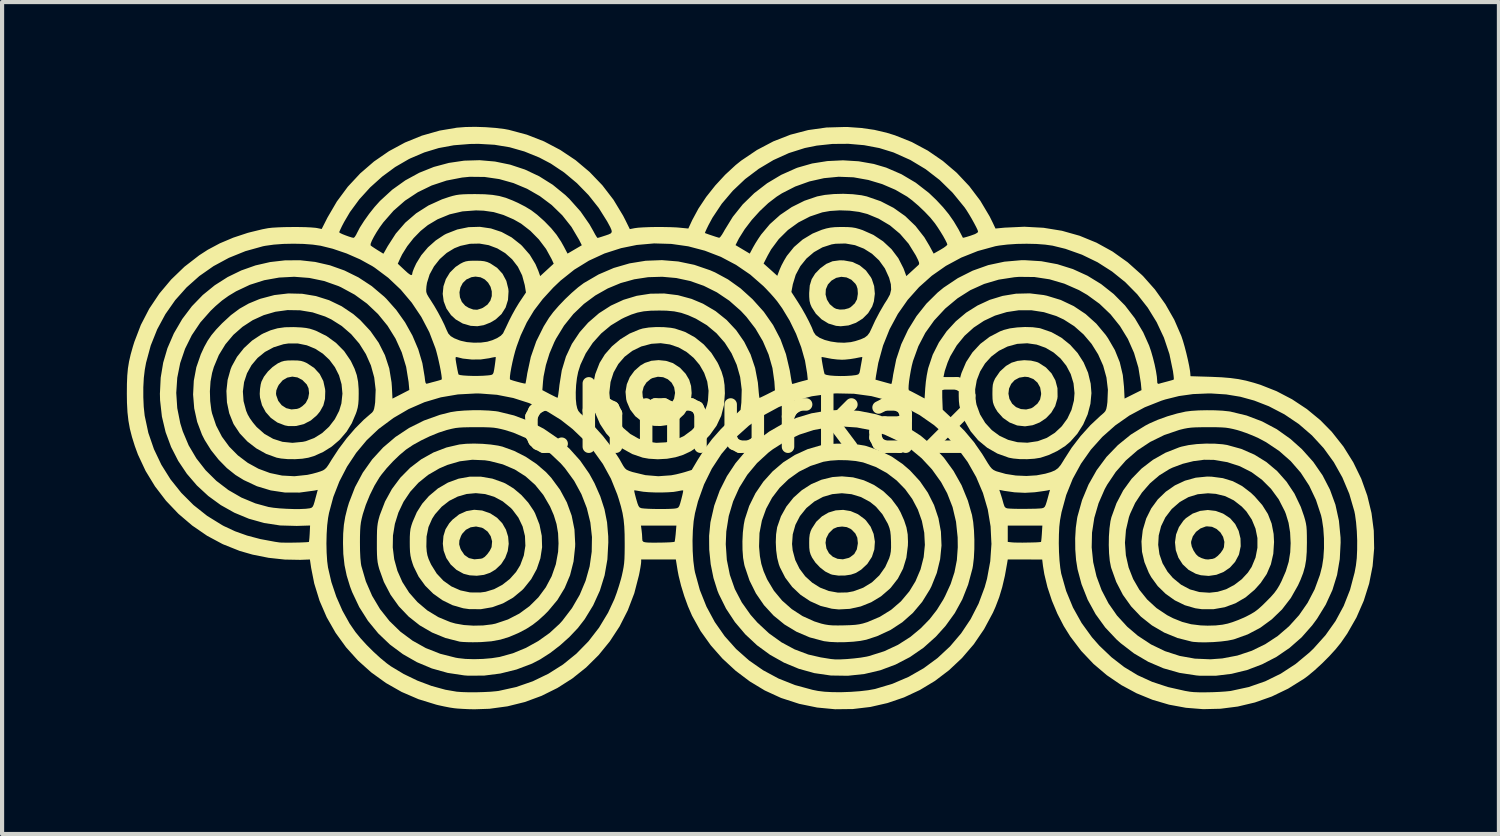
<source format=kicad_pcb>
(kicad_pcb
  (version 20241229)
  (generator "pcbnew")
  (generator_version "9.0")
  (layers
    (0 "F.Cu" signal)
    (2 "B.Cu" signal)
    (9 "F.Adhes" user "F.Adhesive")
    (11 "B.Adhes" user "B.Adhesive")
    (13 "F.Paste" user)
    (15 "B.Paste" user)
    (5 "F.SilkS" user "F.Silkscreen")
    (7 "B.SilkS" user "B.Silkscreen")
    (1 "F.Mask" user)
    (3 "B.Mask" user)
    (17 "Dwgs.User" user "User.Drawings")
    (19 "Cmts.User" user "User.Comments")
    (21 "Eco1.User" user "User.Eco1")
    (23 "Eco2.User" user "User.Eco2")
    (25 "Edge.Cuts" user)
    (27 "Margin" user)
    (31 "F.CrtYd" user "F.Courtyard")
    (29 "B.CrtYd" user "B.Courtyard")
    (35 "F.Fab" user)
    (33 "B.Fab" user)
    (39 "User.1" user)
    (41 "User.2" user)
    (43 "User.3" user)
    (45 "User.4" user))
  (footprint "chmurka2"
    (layer "F.Cu")
    (at 14.991 7.002)
    (property "Reference" "chmurka2" (at 0 0 0) (layer "F.SilkS") (effects (font (size 1.524 1.524) (thickness 0.3))))
    (attr board_only exclude_from_pos_files exclude_from_bom)
    (fp_poly (pts (xy -2.028 -1.375) (xy -1.866 -1.323) (xy -1.856 -1.318) (xy -1.691 -1.21) (xy -1.555 -1.065) (xy -1.469 -0.92) (xy -1.424 -0.77) (xy -1.41 -0.599) (xy -1.428 -0.425) (xy -1.477 -0.268) (xy -1.486 -0.249) (xy -1.591 -0.09) (xy -1.735 0.044) (xy -1.874 0.128) (xy -2.004 0.171) (xy -2.159 0.192) (xy -2.313 0.188) (xy -2.424 0.166) (xy -2.61 0.08) (xy -2.766 -0.044) (xy -2.887 -0.202) (xy -2.968 -0.39) (xy -2.984 -0.452) (xy -3 -0.629) (xy -2.595 -0.629) (xy -2.586 -0.507) (xy -2.541 -0.406) (xy -2.44 -0.294) (xy -2.322 -0.226) (xy -2.194 -0.206) (xy -2.062 -0.233) (xy -2.003 -0.262) (xy -1.899 -0.349) (xy -1.832 -0.467) (xy -1.809 -0.605) (xy -1.809 -0.606) (xy -1.831 -0.74) (xy -1.892 -0.851) (xy -1.984 -0.933) (xy -2.096 -0.982) (xy -2.222 -0.993) (xy -2.352 -0.961) (xy -2.395 -0.94) (xy -2.496 -0.857) (xy -2.564 -0.75) (xy -2.595 -0.629) (xy -3 -0.629) (xy -3 -0.633) (xy -2.969 -0.813) (xy -2.897 -0.984) (xy -2.786 -1.136) (xy -2.642 -1.263) (xy -2.534 -1.326) (xy -2.38 -1.377) (xy -2.205 -1.393)) (stroke (width 0) (type solid)) (fill yes) (layer "F.SilkS"))
    (fp_poly (pts (xy -6.448 2.223) (xy -6.257 2.29) (xy -6.252 2.292) (xy -6.089 2.398) (xy -5.963 2.531) (xy -5.875 2.685) (xy -5.823 2.852) (xy -5.809 3.025) (xy -5.832 3.198) (xy -5.893 3.363) (xy -5.99 3.513) (xy -6.124 3.641) (xy -6.257 3.721) (xy -6.405 3.771) (xy -6.576 3.792) (xy -6.747 3.782) (xy -6.893 3.745) (xy -7.063 3.652) (xy -7.203 3.523) (xy -7.309 3.366) (xy -7.374 3.188) (xy -7.391 3.037) (xy -7 3.037) (xy -6.971 3.137) (xy -6.954 3.174) (xy -6.873 3.293) (xy -6.766 3.367) (xy -6.636 3.397) (xy -6.481 3.383) (xy -6.441 3.373) (xy -6.385 3.338) (xy -6.323 3.273) (xy -6.265 3.193) (xy -6.225 3.114) (xy -6.22 3.097) (xy -6.208 2.966) (xy -6.242 2.841) (xy -6.314 2.732) (xy -6.42 2.653) (xy -6.457 2.636) (xy -6.594 2.608) (xy -6.724 2.627) (xy -6.839 2.687) (xy -6.929 2.785) (xy -6.956 2.835) (xy -6.995 2.944) (xy -7 3.037) (xy -7.391 3.037) (xy -7.393 3.025) (xy -7.378 2.836) (xy -7.329 2.676) (xy -7.24 2.532) (xy -7.161 2.444) (xy -7.002 2.317) (xy -6.826 2.238) (xy -6.639 2.206)) (stroke (width 0) (type solid)) (fill yes) (layer "F.SilkS"))
    (fp_poly (pts (xy 2.252 -3.79) (xy 2.452 -3.754) (xy 2.63 -3.672) (xy 2.78 -3.549) (xy 2.898 -3.387) (xy 2.922 -3.342) (xy 2.978 -3.173) (xy 2.995 -2.989) (xy 2.972 -2.804) (xy 2.931 -2.681) (xy 2.834 -2.522) (xy 2.701 -2.39) (xy 2.54 -2.29) (xy 2.362 -2.227) (xy 2.175 -2.207) (xy 2.062 -2.217) (xy 1.88 -2.272) (xy 1.716 -2.372) (xy 1.577 -2.508) (xy 1.477 -2.663) (xy 1.444 -2.74) (xy 1.425 -2.816) (xy 1.417 -2.911) (xy 1.416 -2.971) (xy 1.81 -2.971) (xy 1.843 -2.848) (xy 1.911 -2.738) (xy 2.011 -2.653) (xy 2.064 -2.626) (xy 2.155 -2.608) (xy 2.264 -2.613) (xy 2.365 -2.64) (xy 2.415 -2.667) (xy 2.512 -2.757) (xy 2.566 -2.855) (xy 2.585 -2.978) (xy 2.586 -3.002) (xy 2.579 -3.107) (xy 2.554 -3.185) (xy 2.527 -3.23) (xy 2.43 -3.326) (xy 2.314 -3.381) (xy 2.188 -3.396) (xy 2.063 -3.37) (xy 1.95 -3.303) (xy 1.866 -3.211) (xy 1.817 -3.096) (xy 1.81 -2.971) (xy 1.416 -2.971) (xy 1.416 -3.006) (xy 1.43 -3.188) (xy 1.476 -3.339) (xy 1.56 -3.474) (xy 1.681 -3.599) (xy 1.826 -3.706) (xy 1.978 -3.77) (xy 2.151 -3.793)) (stroke (width 0) (type solid)) (fill yes) (layer "F.SilkS"))
    (fp_poly (pts (xy -6.488 -3.781) (xy -6.399 -3.771) (xy -6.326 -3.752) (xy -6.257 -3.722) (xy -6.088 -3.612) (xy -5.957 -3.469) (xy -5.866 -3.298) (xy -5.818 -3.104) (xy -5.813 -3.044) (xy -5.826 -2.841) (xy -5.883 -2.658) (xy -5.983 -2.499) (xy -6.124 -2.37) (xy -6.249 -2.296) (xy -6.411 -2.233) (xy -6.562 -2.208) (xy -6.722 -2.217) (xy -6.726 -2.218) (xy -6.913 -2.272) (xy -7.083 -2.371) (xy -7.196 -2.475) (xy -7.306 -2.633) (xy -7.372 -2.806) (xy -7.396 -2.987) (xy -7.392 -3.023) (xy -6.993 -3.023) (xy -6.982 -2.904) (xy -6.936 -2.793) (xy -6.854 -2.7) (xy -6.77 -2.649) (xy -6.661 -2.609) (xy -6.567 -2.604) (xy -6.468 -2.634) (xy -6.429 -2.651) (xy -6.32 -2.727) (xy -6.25 -2.823) (xy -6.216 -2.932) (xy -6.216 -3.046) (xy -6.245 -3.155) (xy -6.303 -3.254) (xy -6.384 -3.333) (xy -6.487 -3.385) (xy -6.608 -3.401) (xy -6.705 -3.387) (xy -6.826 -3.332) (xy -6.914 -3.247) (xy -6.97 -3.14) (xy -6.993 -3.023) (xy -7.392 -3.023) (xy -7.378 -3.168) (xy -7.32 -3.341) (xy -7.223 -3.499) (xy -7.088 -3.633) (xy -6.976 -3.708) (xy -6.904 -3.745) (xy -6.841 -3.767) (xy -6.769 -3.779) (xy -6.671 -3.783) (xy -6.611 -3.783)) (stroke (width 0) (type solid)) (fill yes) (layer "F.SilkS"))
    (fp_poly (pts (xy 11.189 2.233) (xy 11.369 2.298) (xy 11.533 2.406) (xy 11.543 2.415) (xy 11.66 2.55) (xy 11.743 2.714) (xy 11.787 2.895) (xy 11.792 3.083) (xy 11.754 3.267) (xy 11.745 3.294) (xy 11.656 3.46) (xy 11.532 3.597) (xy 11.38 3.701) (xy 11.208 3.769) (xy 11.023 3.796) (xy 10.835 3.78) (xy 10.711 3.744) (xy 10.539 3.651) (xy 10.397 3.518) (xy 10.294 3.358) (xy 10.231 3.177) (xy 10.214 3.005) (xy 10.599 3.005) (xy 10.615 3.089) (xy 10.658 3.186) (xy 10.716 3.274) (xy 10.771 3.327) (xy 10.852 3.368) (xy 10.939 3.395) (xy 11.011 3.401) (xy 11.027 3.398) (xy 11.081 3.39) (xy 11.11 3.388) (xy 11.169 3.368) (xy 11.24 3.315) (xy 11.309 3.243) (xy 11.364 3.163) (xy 11.389 3.105) (xy 11.4 2.978) (xy 11.369 2.857) (xy 11.304 2.75) (xy 11.212 2.667) (xy 11.102 2.615) (xy 10.98 2.604) (xy 10.95 2.608) (xy 10.824 2.655) (xy 10.717 2.737) (xy 10.64 2.845) (xy 10.601 2.966) (xy 10.599 3.005) (xy 10.214 3.005) (xy 10.212 2.988) (xy 10.238 2.8) (xy 10.306 2.624) (xy 10.414 2.468) (xy 10.476 2.406) (xy 10.636 2.298) (xy 10.814 2.233) (xy 11.001 2.211)) (stroke (width 0) (type solid)) (fill yes) (layer "F.SilkS"))
    (fp_poly (pts (xy 6.75 -1.381) (xy 6.897 -1.345) (xy 6.936 -1.328) (xy 7.108 -1.217) (xy 7.243 -1.074) (xy 7.336 -0.906) (xy 7.386 -0.718) (xy 7.389 -0.515) (xy 7.383 -0.465) (xy 7.331 -0.286) (xy 7.237 -0.128) (xy 7.111 0.004) (xy 6.958 0.106) (xy 6.787 0.173) (xy 6.606 0.199) (xy 6.421 0.179) (xy 6.413 0.177) (xy 6.235 0.107) (xy 6.075 -0.005) (xy 5.944 -0.152) (xy 5.89 -0.24) (xy 5.856 -0.312) (xy 5.835 -0.379) (xy 5.825 -0.458) (xy 5.822 -0.567) (xy 5.822 -0.587) (xy 6.207 -0.587) (xy 6.231 -0.461) (xy 6.297 -0.344) (xy 6.39 -0.263) (xy 6.507 -0.216) (xy 6.633 -0.206) (xy 6.753 -0.234) (xy 6.802 -0.261) (xy 6.907 -0.349) (xy 6.968 -0.445) (xy 6.992 -0.561) (xy 6.993 -0.599) (xy 6.97 -0.736) (xy 6.906 -0.851) (xy 6.808 -0.937) (xy 6.684 -0.985) (xy 6.601 -0.993) (xy 6.467 -0.971) (xy 6.356 -0.911) (xy 6.273 -0.821) (xy 6.222 -0.71) (xy 6.207 -0.587) (xy 5.822 -0.587) (xy 5.822 -0.599) (xy 5.824 -0.717) (xy 5.832 -0.802) (xy 5.85 -0.869) (xy 5.88 -0.937) (xy 5.889 -0.955) (xy 6.003 -1.12) (xy 6.149 -1.253) (xy 6.28 -1.33) (xy 6.422 -1.374) (xy 6.586 -1.391)) (stroke (width 0) (type solid)) (fill yes) (layer "F.SilkS"))
    (fp_poly (pts (xy 2.414 2.238) (xy 2.588 2.312) (xy 2.747 2.429) (xy 2.782 2.463) (xy 2.894 2.614) (xy 2.966 2.787) (xy 2.996 2.973) (xy 2.983 3.159) (xy 2.925 3.337) (xy 2.922 3.342) (xy 2.814 3.508) (xy 2.666 3.646) (xy 2.542 3.723) (xy 2.421 3.765) (xy 2.273 3.787) (xy 2.117 3.788) (xy 1.973 3.767) (xy 1.928 3.753) (xy 1.802 3.69) (xy 1.675 3.591) (xy 1.563 3.472) (xy 1.484 3.353) (xy 1.449 3.277) (xy 1.428 3.204) (xy 1.418 3.117) (xy 1.416 3.006) (xy 1.416 2.999) (xy 1.809 2.999) (xy 1.831 3.137) (xy 1.892 3.251) (xy 1.984 3.335) (xy 2.098 3.385) (xy 2.227 3.397) (xy 2.363 3.364) (xy 2.399 3.347) (xy 2.499 3.27) (xy 2.562 3.158) (xy 2.586 3.017) (xy 2.586 3.002) (xy 2.573 2.877) (xy 2.527 2.777) (xy 2.442 2.688) (xy 2.41 2.664) (xy 2.32 2.623) (xy 2.207 2.609) (xy 2.094 2.622) (xy 2.001 2.661) (xy 1.995 2.665) (xy 1.889 2.769) (xy 1.826 2.891) (xy 1.809 2.999) (xy 1.416 2.999) (xy 1.418 2.886) (xy 1.429 2.797) (xy 1.45 2.723) (xy 1.477 2.663) (xy 1.585 2.495) (xy 1.723 2.364) (xy 1.881 2.272) (xy 2.054 2.22) (xy 2.234 2.208)) (stroke (width 0) (type solid)) (fill yes) (layer "F.SilkS"))
    (fp_poly (pts (xy -10.889 -1.384) (xy -10.804 -1.374) (xy -10.733 -1.353) (xy -10.657 -1.318) (xy -10.485 -1.203) (xy -10.354 -1.06) (xy -10.267 -0.89) (xy -10.224 -0.694) (xy -10.22 -0.645) (xy -10.226 -0.46) (xy -10.266 -0.303) (xy -10.346 -0.159) (xy -10.421 -0.067) (xy -10.568 0.059) (xy -10.739 0.147) (xy -10.922 0.192) (xy -11.108 0.193) (xy -11.191 0.177) (xy -11.371 0.108) (xy -11.527 -0.002) (xy -11.652 -0.143) (xy -11.741 -0.308) (xy -11.789 -0.491) (xy -11.796 -0.588) (xy -11.795 -0.589) (xy -11.404 -0.589) (xy -11.399 -0.549) (xy -11.351 -0.414) (xy -11.269 -0.309) (xy -11.16 -0.238) (xy -11.034 -0.207) (xy -10.899 -0.22) (xy -10.843 -0.239) (xy -10.774 -0.283) (xy -10.704 -0.347) (xy -10.685 -0.37) (xy -10.631 -0.476) (xy -10.609 -0.597) (xy -10.622 -0.715) (xy -10.665 -0.808) (xy -10.77 -0.914) (xy -10.889 -0.977) (xy -11.013 -0.996) (xy -11.135 -0.972) (xy -11.245 -0.907) (xy -11.336 -0.8) (xy -11.358 -0.76) (xy -11.396 -0.667) (xy -11.404 -0.589) (xy -11.795 -0.589) (xy -11.789 -0.699) (xy -11.772 -0.81) (xy -11.755 -0.874) (xy -11.695 -0.994) (xy -11.601 -1.117) (xy -11.486 -1.228) (xy -11.363 -1.313) (xy -11.352 -1.319) (xy -11.277 -1.354) (xy -11.206 -1.374) (xy -11.12 -1.384) (xy -11.006 -1.386)) (stroke (width 0) (type solid)) (fill yes) (layer "F.SilkS"))
    (fp_poly (pts (xy 11.095 1.41) (xy 11.362 1.445) (xy 11.603 1.519) (xy 11.825 1.635) (xy 12.037 1.797) (xy 12.128 1.884) (xy 12.311 2.093) (xy 12.447 2.309) (xy 12.536 2.538) (xy 12.584 2.787) (xy 12.594 2.981) (xy 12.576 3.263) (xy 12.518 3.517) (xy 12.418 3.75) (xy 12.272 3.966) (xy 12.127 4.128) (xy 11.908 4.313) (xy 11.666 4.454) (xy 11.408 4.549) (xy 11.136 4.597) (xy 10.857 4.596) (xy 10.701 4.574) (xy 10.449 4.501) (xy 10.209 4.384) (xy 9.989 4.228) (xy 9.796 4.04) (xy 9.64 3.825) (xy 9.582 3.72) (xy 9.477 3.464) (xy 9.419 3.216) (xy 9.41 3.049) (xy 9.808 3.049) (xy 9.838 3.274) (xy 9.913 3.492) (xy 10.032 3.694) (xy 10.162 3.846) (xy 10.358 4.007) (xy 10.571 4.12) (xy 10.799 4.184) (xy 11.041 4.2) (xy 11.238 4.178) (xy 11.44 4.117) (xy 11.637 4.013) (xy 11.816 3.877) (xy 11.966 3.715) (xy 12.056 3.578) (xy 12.149 3.353) (xy 12.194 3.12) (xy 12.194 2.886) (xy 12.148 2.658) (xy 12.059 2.442) (xy 11.928 2.245) (xy 11.818 2.129) (xy 11.625 1.979) (xy 11.419 1.878) (xy 11.194 1.823) (xy 11.005 1.809) (xy 10.76 1.832) (xy 10.534 1.902) (xy 10.327 2.019) (xy 10.139 2.183) (xy 10.127 2.196) (xy 9.98 2.389) (xy 9.878 2.6) (xy 9.821 2.822) (xy 9.808 3.049) (xy 9.41 3.049) (xy 9.406 2.966) (xy 9.436 2.704) (xy 9.441 2.68) (xy 9.52 2.415) (xy 9.641 2.172) (xy 9.799 1.956) (xy 9.991 1.771) (xy 10.21 1.619) (xy 10.452 1.506) (xy 10.712 1.434) (xy 10.985 1.407)) (stroke (width 0) (type solid)) (fill yes) (layer "F.SilkS"))
    (fp_poly (pts (xy -2.082 -2.186) (xy -1.91 -2.17) (xy -1.811 -2.152) (xy -1.563 -2.068) (xy -1.33 -1.939) (xy -1.12 -1.771) (xy -0.937 -1.568) (xy -0.79 -1.337) (xy -0.765 -1.287) (xy -0.691 -1.116) (xy -0.644 -0.959) (xy -0.619 -0.794) (xy -0.611 -0.601) (xy -0.611 -0.59) (xy -0.633 -0.31) (xy -0.699 -0.054) (xy -0.811 0.184) (xy -0.97 0.405) (xy -1.08 0.522) (xy -1.257 0.681) (xy -1.431 0.799) (xy -1.616 0.886) (xy -1.799 0.943) (xy -2.001 0.979) (xy -2.223 0.991) (xy -2.439 0.978) (xy -2.586 0.952) (xy -2.837 0.866) (xy -3.072 0.736) (xy -3.284 0.568) (xy -3.466 0.368) (xy -3.614 0.142) (xy -3.721 -0.104) (xy -3.756 -0.229) (xy -3.795 -0.502) (xy -3.791 -0.596) (xy -3.388 -0.596) (xy -3.365 -0.355) (xy -3.298 -0.133) (xy -3.192 0.066) (xy -3.053 0.239) (xy -2.886 0.382) (xy -2.695 0.491) (xy -2.485 0.564) (xy -2.261 0.596) (xy -2.029 0.584) (xy -1.811 0.531) (xy -1.595 0.431) (xy -1.405 0.291) (xy -1.246 0.116) (xy -1.123 -0.089) (xy -1.04 -0.316) (xy -1.017 -0.424) (xy -1.003 -0.655) (xy -1.035 -0.877) (xy -1.109 -1.086) (xy -1.219 -1.278) (xy -1.361 -1.446) (xy -1.53 -1.587) (xy -1.722 -1.697) (xy -1.932 -1.769) (xy -2.155 -1.8) (xy -2.379 -1.785) (xy -2.621 -1.721) (xy -2.836 -1.616) (xy -3.022 -1.474) (xy -3.173 -1.299) (xy -3.287 -1.096) (xy -3.36 -0.868) (xy -3.388 -0.621) (xy -3.388 -0.596) (xy -3.791 -0.596) (xy -3.785 -0.78) (xy -3.728 -1.056) (xy -3.625 -1.321) (xy -3.624 -1.325) (xy -3.496 -1.532) (xy -3.327 -1.724) (xy -3.127 -1.892) (xy -2.905 -2.03) (xy -2.67 -2.128) (xy -2.587 -2.153) (xy -2.441 -2.177) (xy -2.266 -2.188)) (stroke (width 0) (type solid)) (fill yes) (layer "F.SilkS"))
    (fp_poly (pts (xy -6.201 1.457) (xy -5.93 1.554) (xy -5.885 1.575) (xy -5.691 1.693) (xy -5.505 1.85) (xy -5.34 2.033) (xy -5.206 2.232) (xy -5.174 2.293) (xy -5.069 2.561) (xy -5.014 2.833) (xy -5.006 3.106) (xy -5.047 3.373) (xy -5.134 3.63) (xy -5.267 3.873) (xy -5.446 4.097) (xy -5.488 4.14) (xy -5.705 4.319) (xy -5.946 4.456) (xy -6.205 4.549) (xy -6.477 4.596) (xy -6.755 4.595) (xy -6.903 4.574) (xy -7.16 4.5) (xy -7.402 4.381) (xy -7.623 4.224) (xy -7.816 4.032) (xy -7.976 3.812) (xy -8.095 3.57) (xy -8.119 3.503) (xy -8.15 3.403) (xy -8.17 3.313) (xy -8.182 3.218) (xy -8.187 3.1) (xy -8.187 3.091) (xy -7.789 3.091) (xy -7.78 3.21) (xy -7.764 3.301) (xy -7.736 3.388) (xy -7.69 3.491) (xy -7.672 3.528) (xy -7.54 3.74) (xy -7.376 3.915) (xy -7.184 4.05) (xy -6.97 4.144) (xy -6.738 4.193) (xy -6.493 4.195) (xy -6.366 4.178) (xy -6.16 4.115) (xy -5.962 4.01) (xy -5.782 3.869) (xy -5.632 3.701) (xy -5.532 3.538) (xy -5.446 3.307) (xy -5.408 3.071) (xy -5.418 2.836) (xy -5.474 2.608) (xy -5.576 2.394) (xy -5.722 2.2) (xy -5.764 2.157) (xy -5.953 2.003) (xy -6.159 1.893) (xy -6.376 1.828) (xy -6.599 1.806) (xy -6.82 1.826) (xy -7.035 1.888) (xy -7.237 1.99) (xy -7.42 2.132) (xy -7.58 2.313) (xy -7.65 2.421) (xy -7.738 2.621) (xy -7.784 2.849) (xy -7.789 3.091) (xy -8.187 3.091) (xy -8.188 2.993) (xy -8.187 2.853) (xy -8.181 2.749) (xy -8.17 2.664) (xy -8.149 2.584) (xy -8.121 2.501) (xy -8.019 2.265) (xy -7.89 2.061) (xy -7.728 1.876) (xy -7.51 1.692) (xy -7.27 1.552) (xy -7.015 1.458) (xy -6.748 1.41) (xy -6.475 1.41)) (stroke (width 0) (type solid)) (fill yes) (layer "F.SilkS"))
    (fp_poly (pts (xy 2.47 1.426) (xy 2.729 1.496) (xy 2.973 1.608) (xy 3.195 1.756) (xy 3.389 1.938) (xy 3.547 2.148) (xy 3.614 2.268) (xy 3.699 2.46) (xy 3.755 2.63) (xy 3.785 2.797) (xy 3.792 2.977) (xy 3.789 3.07) (xy 3.753 3.359) (xy 3.673 3.622) (xy 3.549 3.861) (xy 3.38 4.078) (xy 3.349 4.11) (xy 3.142 4.288) (xy 2.908 4.429) (xy 2.656 4.53) (xy 2.393 4.588) (xy 2.128 4.602) (xy 1.962 4.585) (xy 1.69 4.517) (xy 1.437 4.403) (xy 1.208 4.25) (xy 1.007 4.06) (xy 0.84 3.838) (xy 0.713 3.589) (xy 0.686 3.516) (xy 0.647 3.363) (xy 0.622 3.18) (xy 0.615 3.029) (xy 1.004 3.029) (xy 1.019 3.182) (xy 1.081 3.414) (xy 1.184 3.623) (xy 1.321 3.806) (xy 1.488 3.958) (xy 1.678 4.077) (xy 1.886 4.158) (xy 2.107 4.198) (xy 2.335 4.193) (xy 2.479 4.166) (xy 2.716 4.079) (xy 2.925 3.951) (xy 3.102 3.784) (xy 3.244 3.584) (xy 3.339 3.374) (xy 3.364 3.291) (xy 3.379 3.209) (xy 3.385 3.112) (xy 3.384 2.984) (xy 3.383 2.955) (xy 3.377 2.823) (xy 3.366 2.725) (xy 3.347 2.646) (xy 3.318 2.568) (xy 3.304 2.536) (xy 3.177 2.314) (xy 3.022 2.132) (xy 2.878 2.016) (xy 2.662 1.9) (xy 2.434 1.831) (xy 2.202 1.808) (xy 1.971 1.83) (xy 1.748 1.896) (xy 1.54 2.007) (xy 1.353 2.161) (xy 1.346 2.168) (xy 1.194 2.357) (xy 1.085 2.568) (xy 1.021 2.795) (xy 1.004 3.029) (xy 0.615 3.029) (xy 0.613 2.985) (xy 0.62 2.798) (xy 0.644 2.637) (xy 0.647 2.622) (xy 0.737 2.363) (xy 0.869 2.126) (xy 1.038 1.915) (xy 1.239 1.735) (xy 1.465 1.59) (xy 1.713 1.483) (xy 1.976 1.419) (xy 2.204 1.402)) (stroke (width 0) (type solid)) (fill yes) (layer "F.SilkS"))
    (fp_poly (pts (xy 6.789 -2.184) (xy 6.949 -2.163) (xy 6.982 -2.155) (xy 7.242 -2.065) (xy 7.479 -1.933) (xy 7.689 -1.764) (xy 7.87 -1.564) (xy 8.015 -1.337) (xy 8.122 -1.089) (xy 8.185 -0.826) (xy 8.203 -0.599) (xy 8.179 -0.343) (xy 8.112 -0.088) (xy 8.005 0.155) (xy 7.864 0.377) (xy 7.694 0.569) (xy 7.57 0.673) (xy 7.384 0.791) (xy 7.182 0.887) (xy 6.986 0.952) (xy 6.976 0.955) (xy 6.83 0.978) (xy 6.66 0.989) (xy 6.485 0.988) (xy 6.324 0.973) (xy 6.216 0.953) (xy 5.941 0.854) (xy 5.695 0.713) (xy 5.48 0.535) (xy 5.299 0.319) (xy 5.155 0.071) (xy 5.081 -0.115) (xy 5.048 -0.219) (xy 5.027 -0.311) (xy 5.016 -0.408) (xy 5.012 -0.53) (xy 5.012 -0.599) (xy 5.013 -0.69) (xy 5.407 -0.69) (xy 5.413 -0.461) (xy 5.44 -0.32) (xy 5.525 -0.087) (xy 5.649 0.117) (xy 5.806 0.289) (xy 5.992 0.426) (xy 6.2 0.524) (xy 6.426 0.581) (xy 6.664 0.593) (xy 6.909 0.557) (xy 6.917 0.555) (xy 7.131 0.476) (xy 7.323 0.355) (xy 7.489 0.199) (xy 7.624 0.014) (xy 7.723 -0.195) (xy 7.782 -0.42) (xy 7.796 -0.599) (xy 7.772 -0.836) (xy 7.705 -1.057) (xy 7.599 -1.258) (xy 7.459 -1.433) (xy 7.289 -1.579) (xy 7.097 -1.691) (xy 6.885 -1.766) (xy 6.659 -1.798) (xy 6.424 -1.784) (xy 6.417 -1.783) (xy 6.186 -1.72) (xy 5.978 -1.617) (xy 5.796 -1.479) (xy 5.644 -1.312) (xy 5.527 -1.121) (xy 5.446 -0.912) (xy 5.407 -0.69) (xy 5.013 -0.69) (xy 5.014 -0.743) (xy 5.023 -0.855) (xy 5.042 -0.956) (xy 5.072 -1.063) (xy 5.079 -1.085) (xy 5.189 -1.345) (xy 5.342 -1.579) (xy 5.532 -1.784) (xy 5.755 -1.954) (xy 6.007 -2.085) (xy 6.097 -2.119) (xy 6.242 -2.156) (xy 6.417 -2.179) (xy 6.606 -2.189)) (stroke (width 0) (type solid)) (fill yes) (layer "F.SilkS"))
    (fp_poly (pts (xy -10.929 -2.185) (xy -10.788 -2.178) (xy -10.681 -2.166) (xy -10.591 -2.148) (xy -10.5 -2.119) (xy -10.44 -2.097) (xy -10.187 -1.971) (xy -9.961 -1.807) (xy -9.767 -1.611) (xy -9.613 -1.386) (xy -9.594 -1.351) (xy -9.515 -1.185) (xy -9.462 -1.032) (xy -9.431 -0.874) (xy -9.417 -0.695) (xy -9.416 -0.586) (xy -9.418 -0.445) (xy -9.426 -0.339) (xy -9.44 -0.251) (xy -9.464 -0.163) (xy -9.484 -0.106) (xy -9.582 0.125) (xy -9.705 0.326) (xy -9.864 0.512) (xy -9.888 0.536) (xy -10.067 0.688) (xy -10.274 0.817) (xy -10.491 0.914) (xy -10.627 0.954) (xy -10.773 0.978) (xy -10.944 0.989) (xy -11.12 0.988) (xy -11.282 0.973) (xy -11.388 0.953) (xy -11.64 0.862) (xy -11.877 0.73) (xy -12.092 0.564) (xy -12.275 0.37) (xy -12.418 0.155) (xy -12.432 0.128) (xy -12.529 -0.115) (xy -12.584 -0.377) (xy -12.596 -0.639) (xy -12.201 -0.639) (xy -12.185 -0.408) (xy -12.123 -0.176) (xy -12.083 -0.081) (xy -12.034 0.004) (xy -11.962 0.105) (xy -11.882 0.202) (xy -11.866 0.219) (xy -11.681 0.382) (xy -11.473 0.5) (xy -11.248 0.572) (xy -11.009 0.596) (xy -10.76 0.572) (xy -10.687 0.556) (xy -10.485 0.48) (xy -10.296 0.362) (xy -10.129 0.209) (xy -9.99 0.028) (xy -9.886 -0.173) (xy -9.832 -0.351) (xy -9.807 -0.586) (xy -9.828 -0.813) (xy -9.889 -1.027) (xy -9.988 -1.223) (xy -10.119 -1.399) (xy -10.278 -1.548) (xy -10.461 -1.666) (xy -10.663 -1.749) (xy -10.879 -1.793) (xy -11.107 -1.793) (xy -11.225 -1.775) (xy -11.462 -1.701) (xy -11.671 -1.589) (xy -11.849 -1.444) (xy -11.993 -1.272) (xy -12.102 -1.076) (xy -12.172 -0.864) (xy -12.201 -0.639) (xy -12.596 -0.639) (xy -12.597 -0.648) (xy -12.568 -0.917) (xy -12.496 -1.174) (xy -12.467 -1.245) (xy -12.342 -1.472) (xy -12.176 -1.681) (xy -11.979 -1.863) (xy -11.76 -2.008) (xy -11.709 -2.035) (xy -11.535 -2.11) (xy -11.368 -2.158) (xy -11.191 -2.183) (xy -10.987 -2.187)) (stroke (width 0) (type solid)) (fill yes) (layer "F.SilkS"))
    (fp_poly (pts (xy -6.438 0.62) (xy -6.24 0.637) (xy -6.064 0.663) (xy -5.961 0.687) (xy -5.678 0.79) (xy -5.4 0.931) (xy -5.141 1.104) (xy -4.913 1.3) (xy -4.789 1.434) (xy -4.575 1.724) (xy -4.411 2.028) (xy -4.295 2.347) (xy -4.228 2.68) (xy -4.21 3.027) (xy -4.212 3.095) (xy -4.25 3.449) (xy -4.334 3.78) (xy -4.463 4.087) (xy -4.637 4.374) (xy -4.859 4.64) (xy -4.946 4.728) (xy -5.094 4.863) (xy -5.231 4.97) (xy -5.373 5.062) (xy -5.538 5.15) (xy -5.585 5.173) (xy -5.8 5.264) (xy -6.007 5.328) (xy -6.225 5.368) (xy -6.47 5.387) (xy -6.535 5.389) (xy -6.672 5.391) (xy -6.802 5.389) (xy -6.911 5.384) (xy -6.984 5.377) (xy -6.985 5.377) (xy -7.33 5.289) (xy -7.652 5.157) (xy -7.948 4.985) (xy -8.215 4.774) (xy -8.45 4.528) (xy -8.649 4.25) (xy -8.81 3.942) (xy -8.922 3.63) (xy -8.944 3.547) (xy -8.96 3.469) (xy -8.97 3.384) (xy -8.976 3.282) (xy -8.979 3.152) (xy -8.979 3.111) (xy -8.597 3.111) (xy -8.562 3.395) (xy -8.485 3.674) (xy -8.366 3.943) (xy -8.204 4.197) (xy -8.005 4.424) (xy -7.766 4.626) (xy -7.501 4.787) (xy -7.217 4.905) (xy -7.091 4.941) (xy -6.885 4.977) (xy -6.656 4.992) (xy -6.425 4.987) (xy -6.21 4.961) (xy -6.125 4.943) (xy -5.827 4.843) (xy -5.554 4.702) (xy -5.309 4.523) (xy -5.095 4.311) (xy -4.917 4.07) (xy -4.776 3.804) (xy -4.676 3.517) (xy -4.621 3.215) (xy -4.611 3.014) (xy -4.622 2.768) (xy -4.659 2.549) (xy -4.725 2.335) (xy -4.815 2.127) (xy -4.977 1.849) (xy -5.174 1.606) (xy -5.403 1.402) (xy -5.663 1.237) (xy -5.951 1.114) (xy -6.264 1.034) (xy -6.381 1.016) (xy -6.683 1.003) (xy -6.984 1.04) (xy -7.285 1.128) (xy -7.477 1.211) (xy -7.746 1.367) (xy -7.98 1.556) (xy -8.177 1.773) (xy -8.338 2.013) (xy -8.461 2.272) (xy -8.546 2.544) (xy -8.592 2.825) (xy -8.597 3.111) (xy -8.979 3.111) (xy -8.979 2.993) (xy -8.978 2.829) (xy -8.975 2.704) (xy -8.968 2.607) (xy -8.957 2.526) (xy -8.941 2.45) (xy -8.918 2.366) (xy -8.909 2.336) (xy -8.783 2.008) (xy -8.617 1.706) (xy -8.414 1.434) (xy -8.178 1.195) (xy -7.912 0.992) (xy -7.621 0.829) (xy -7.306 0.708) (xy -6.996 0.636) (xy -6.832 0.619) (xy -6.641 0.614)) (stroke (width 0) (type solid)) (fill yes) (layer "F.SilkS"))
    (fp_poly (pts (xy 2.431 0.623) (xy 2.605 0.639) (xy 2.75 0.663) (xy 2.787 0.672) (xy 3.109 0.783) (xy 3.398 0.925) (xy 3.661 1.105) (xy 3.839 1.258) (xy 4.076 1.515) (xy 4.269 1.795) (xy 4.419 2.094) (xy 4.524 2.408) (xy 4.584 2.733) (xy 4.598 3.064) (xy 4.565 3.395) (xy 4.485 3.724) (xy 4.356 4.046) (xy 4.318 4.121) (xy 4.132 4.421) (xy 3.911 4.684) (xy 3.656 4.91) (xy 3.368 5.098) (xy 3.049 5.245) (xy 2.79 5.33) (xy 2.649 5.358) (xy 2.475 5.378) (xy 2.283 5.389) (xy 2.091 5.391) (xy 1.914 5.383) (xy 1.771 5.365) (xy 1.429 5.274) (xy 1.112 5.139) (xy 0.821 4.963) (xy 0.559 4.749) (xy 0.33 4.5) (xy 0.136 4.218) (xy -0.019 3.906) (xy -0.134 3.566) (xy -0.145 3.522) (xy -0.173 3.362) (xy -0.187 3.17) (xy -0.188 3.081) (xy 0.211 3.081) (xy 0.212 3.107) (xy 0.231 3.321) (xy 0.265 3.506) (xy 0.319 3.68) (xy 0.398 3.864) (xy 0.411 3.89) (xy 0.568 4.152) (xy 0.764 4.388) (xy 0.996 4.593) (xy 1.256 4.762) (xy 1.54 4.89) (xy 1.707 4.943) (xy 1.798 4.964) (xy 1.887 4.978) (xy 1.987 4.986) (xy 2.112 4.987) (xy 2.255 4.985) (xy 2.409 4.98) (xy 2.527 4.972) (xy 2.621 4.959) (xy 2.707 4.94) (xy 2.798 4.912) (xy 2.815 4.907) (xy 3.116 4.779) (xy 3.386 4.612) (xy 3.623 4.407) (xy 3.825 4.166) (xy 3.972 3.925) (xy 4.094 3.638) (xy 4.169 3.344) (xy 4.198 3.05) (xy 4.183 2.758) (xy 4.126 2.474) (xy 4.029 2.201) (xy 3.894 1.945) (xy 3.723 1.71) (xy 3.519 1.501) (xy 3.282 1.321) (xy 3.016 1.176) (xy 2.722 1.07) (xy 2.704 1.065) (xy 2.534 1.033) (xy 2.335 1.015) (xy 2.127 1.011) (xy 1.928 1.024) (xy 1.758 1.051) (xy 1.752 1.053) (xy 1.448 1.152) (xy 1.17 1.291) (xy 0.922 1.468) (xy 0.705 1.678) (xy 0.524 1.916) (xy 0.381 2.18) (xy 0.279 2.464) (xy 0.221 2.766) (xy 0.211 3.081) (xy -0.188 3.081) (xy -0.189 2.961) (xy -0.179 2.751) (xy -0.156 2.558) (xy -0.132 2.436) (xy -0.026 2.112) (xy 0.123 1.81) (xy 0.312 1.532) (xy 0.536 1.283) (xy 0.791 1.066) (xy 1.073 0.887) (xy 1.379 0.748) (xy 1.703 0.654) (xy 1.729 0.649) (xy 1.874 0.628) (xy 2.05 0.617) (xy 2.24 0.616)) (stroke (width 0) (type solid)) (fill yes) (layer "F.SilkS"))
    (fp_poly (pts (xy 2.606 -0.173) (xy 2.994 -0.098) (xy 3.032 -0.088) (xy 3.41 0.039) (xy 3.764 0.21) (xy 4.092 0.421) (xy 4.39 0.67) (xy 4.656 0.954) (xy 4.886 1.27) (xy 5.08 1.615) (xy 5.232 1.987) (xy 5.331 2.331) (xy 5.36 2.501) (xy 5.379 2.704) (xy 5.388 2.927) (xy 5.387 3.153) (xy 5.376 3.366) (xy 5.354 3.552) (xy 5.342 3.618) (xy 5.238 4.005) (xy 5.098 4.36) (xy 4.918 4.689) (xy 4.695 4.998) (xy 4.463 5.256) (xy 4.165 5.523) (xy 3.84 5.747) (xy 3.492 5.928) (xy 3.125 6.065) (xy 2.741 6.155) (xy 2.345 6.197) (xy 1.94 6.191) (xy 1.923 6.189) (xy 1.538 6.133) (xy 1.166 6.029) (xy 0.81 5.881) (xy 0.474 5.692) (xy 0.163 5.465) (xy -0.119 5.202) (xy -0.369 4.907) (xy -0.583 4.583) (xy -0.757 4.232) (xy -0.789 4.153) (xy -0.885 3.847) (xy -0.952 3.515) (xy -0.987 3.171) (xy -0.989 3.032) (xy -0.59 3.032) (xy -0.564 3.412) (xy -0.491 3.772) (xy -0.372 4.112) (xy -0.205 4.432) (xy 0.009 4.734) (xy 0.172 4.919) (xy 0.45 5.177) (xy 0.749 5.392) (xy 1.065 5.562) (xy 1.394 5.686) (xy 1.694 5.755) (xy 1.794 5.771) (xy 1.881 5.785) (xy 1.936 5.794) (xy 2.035 5.803) (xy 2.17 5.803) (xy 2.327 5.795) (xy 2.493 5.78) (xy 2.654 5.761) (xy 2.795 5.737) (xy 2.855 5.723) (xy 3.219 5.608) (xy 3.55 5.454) (xy 3.852 5.261) (xy 4.099 5.055) (xy 4.312 4.837) (xy 4.487 4.612) (xy 4.641 4.364) (xy 4.685 4.28) (xy 4.818 3.99) (xy 4.91 3.707) (xy 4.967 3.417) (xy 4.989 3.107) (xy 4.986 2.869) (xy 4.947 2.494) (xy 4.864 2.141) (xy 4.734 1.809) (xy 4.588 1.541) (xy 4.369 1.235) (xy 4.12 0.967) (xy 3.845 0.738) (xy 3.548 0.549) (xy 3.232 0.4) (xy 2.903 0.293) (xy 2.564 0.227) (xy 2.218 0.204) (xy 1.871 0.224) (xy 1.525 0.288) (xy 1.186 0.397) (xy 0.857 0.551) (xy 0.543 0.75) (xy 0.435 0.832) (xy 0.162 1.083) (xy -0.072 1.364) (xy -0.264 1.672) (xy -0.413 2.004) (xy -0.518 2.356) (xy -0.577 2.726) (xy -0.59 3.032) (xy -0.989 3.032) (xy -0.99 2.831) (xy -0.959 2.51) (xy -0.956 2.495) (xy -0.867 2.106) (xy -0.734 1.74) (xy -0.562 1.398) (xy -0.354 1.084) (xy -0.113 0.799) (xy 0.158 0.545) (xy 0.455 0.325) (xy 0.776 0.14) (xy 1.116 -0.007) (xy 1.472 -0.114) (xy 1.841 -0.178) (xy 2.22 -0.199)) (stroke (width 0) (type solid)) (fill yes) (layer "F.SilkS"))
    (fp_poly (pts (xy 11.164 0.616) (xy 11.359 0.631) (xy 11.466 0.648) (xy 11.806 0.742) (xy 12.122 0.88) (xy 12.41 1.058) (xy 12.668 1.275) (xy 12.893 1.529) (xy 13.084 1.816) (xy 13.237 2.136) (xy 13.314 2.357) (xy 13.341 2.449) (xy 13.36 2.53) (xy 13.373 2.611) (xy 13.38 2.705) (xy 13.383 2.825) (xy 13.384 2.982) (xy 13.384 2.993) (xy 13.38 3.217) (xy 13.366 3.404) (xy 13.338 3.569) (xy 13.294 3.726) (xy 13.231 3.889) (xy 13.17 4.023) (xy 12.997 4.328) (xy 12.786 4.602) (xy 12.54 4.84) (xy 12.264 5.042) (xy 11.961 5.202) (xy 11.635 5.319) (xy 11.605 5.327) (xy 11.475 5.353) (xy 11.314 5.373) (xy 11.136 5.387) (xy 10.956 5.393) (xy 10.79 5.392) (xy 10.653 5.382) (xy 10.615 5.376) (xy 10.272 5.289) (xy 9.952 5.158) (xy 9.658 4.986) (xy 9.392 4.775) (xy 9.158 4.529) (xy 8.959 4.25) (xy 8.799 3.941) (xy 8.679 3.605) (xy 8.672 3.579) (xy 8.644 3.434) (xy 8.627 3.254) (xy 8.62 3.054) (xy 8.621 2.998) (xy 9.009 2.998) (xy 9.031 3.301) (xy 9.097 3.593) (xy 9.206 3.871) (xy 9.355 4.129) (xy 9.543 4.363) (xy 9.767 4.569) (xy 10.025 4.741) (xy 10.169 4.815) (xy 10.386 4.902) (xy 10.6 4.958) (xy 10.829 4.986) (xy 10.995 4.992) (xy 11.189 4.987) (xy 11.353 4.969) (xy 11.479 4.943) (xy 11.594 4.908) (xy 11.731 4.857) (xy 11.868 4.799) (xy 11.923 4.773) (xy 12.034 4.715) (xy 12.126 4.66) (xy 12.211 4.596) (xy 12.304 4.513) (xy 12.409 4.41) (xy 12.519 4.298) (xy 12.6 4.206) (xy 12.663 4.12) (xy 12.719 4.028) (xy 12.773 3.923) (xy 12.877 3.684) (xy 12.946 3.458) (xy 12.983 3.228) (xy 12.993 3.009) (xy 12.98 2.749) (xy 12.943 2.52) (xy 12.878 2.306) (xy 12.853 2.242) (xy 12.706 1.955) (xy 12.521 1.702) (xy 12.302 1.483) (xy 12.052 1.301) (xy 11.774 1.16) (xy 11.471 1.061) (xy 11.147 1.006) (xy 11.146 1.006) (xy 10.911 1.003) (xy 10.657 1.036) (xy 10.399 1.1) (xy 10.153 1.192) (xy 10.076 1.229) (xy 9.834 1.379) (xy 9.612 1.569) (xy 9.417 1.793) (xy 9.254 2.041) (xy 9.132 2.306) (xy 9.105 2.382) (xy 9.033 2.691) (xy 9.009 2.998) (xy 8.621 2.998) (xy 8.623 2.849) (xy 8.637 2.653) (xy 8.66 2.482) (xy 8.683 2.385) (xy 8.805 2.048) (xy 8.968 1.738) (xy 9.17 1.46) (xy 9.409 1.214) (xy 9.681 1.005) (xy 9.983 0.834) (xy 10.314 0.704) (xy 10.371 0.687) (xy 10.537 0.651) (xy 10.736 0.626) (xy 10.95 0.615)) (stroke (width 0) (type solid)) (fill yes) (layer "F.SilkS"))
    (fp_poly (pts (xy 11.173 -0.186) (xy 11.354 -0.177) (xy 11.505 -0.161) (xy 11.541 -0.156) (xy 11.934 -0.061) (xy 12.307 0.081) (xy 12.659 0.268) (xy 12.988 0.502) (xy 13.264 0.749) (xy 13.536 1.053) (xy 13.76 1.377) (xy 13.938 1.721) (xy 14.07 2.084) (xy 14.154 2.469) (xy 14.193 2.874) (xy 14.195 2.993) (xy 14.174 3.394) (xy 14.109 3.774) (xy 13.997 4.137) (xy 13.837 4.486) (xy 13.628 4.826) (xy 13.51 4.986) (xy 13.256 5.274) (xy 12.967 5.527) (xy 12.65 5.744) (xy 12.308 5.921) (xy 11.948 6.058) (xy 11.574 6.15) (xy 11.191 6.197) (xy 10.805 6.196) (xy 10.726 6.189) (xy 10.32 6.127) (xy 9.936 6.018) (xy 9.571 5.862) (xy 9.227 5.66) (xy 8.903 5.411) (xy 8.804 5.322) (xy 8.534 5.035) (xy 8.303 4.716) (xy 8.113 4.369) (xy 7.965 3.995) (xy 7.869 3.636) (xy 7.833 3.41) (xy 7.814 3.155) (xy 7.814 3.111) (xy 8.209 3.111) (xy 8.245 3.464) (xy 8.325 3.808) (xy 8.448 4.14) (xy 8.613 4.456) (xy 8.818 4.75) (xy 9.064 5.018) (xy 9.318 5.234) (xy 9.637 5.444) (xy 9.974 5.606) (xy 10.326 5.72) (xy 10.69 5.785) (xy 11.064 5.801) (xy 11.35 5.78) (xy 11.712 5.711) (xy 12.058 5.596) (xy 12.382 5.438) (xy 12.682 5.241) (xy 12.954 5.007) (xy 13.195 4.74) (xy 13.401 4.443) (xy 13.57 4.119) (xy 13.697 3.771) (xy 13.749 3.567) (xy 13.78 3.364) (xy 13.795 3.133) (xy 13.794 2.89) (xy 13.778 2.652) (xy 13.746 2.437) (xy 13.725 2.342) (xy 13.602 1.969) (xy 13.439 1.626) (xy 13.236 1.314) (xy 12.994 1.035) (xy 12.715 0.79) (xy 12.401 0.58) (xy 12.217 0.482) (xy 12.078 0.42) (xy 11.92 0.358) (xy 11.769 0.307) (xy 11.706 0.288) (xy 11.607 0.263) (xy 11.52 0.245) (xy 11.434 0.232) (xy 11.337 0.225) (xy 11.217 0.221) (xy 11.061 0.22) (xy 11.006 0.22) (xy 10.837 0.221) (xy 10.707 0.224) (xy 10.604 0.23) (xy 10.516 0.241) (xy 10.431 0.257) (xy 10.337 0.28) (xy 10.311 0.287) (xy 9.953 0.409) (xy 9.617 0.574) (xy 9.308 0.778) (xy 9.03 1.02) (xy 8.787 1.296) (xy 8.581 1.603) (xy 8.523 1.708) (xy 8.374 2.049) (xy 8.272 2.399) (xy 8.217 2.755) (xy 8.209 3.111) (xy 7.814 3.111) (xy 7.812 2.892) (xy 7.827 2.637) (xy 7.859 2.409) (xy 7.867 2.369) (xy 7.978 1.972) (xy 8.133 1.599) (xy 8.329 1.253) (xy 8.565 0.935) (xy 8.84 0.65) (xy 9.149 0.399) (xy 9.493 0.185) (xy 9.592 0.133) (xy 9.796 0.043) (xy 10.028 -0.041) (xy 10.265 -0.11) (xy 10.471 -0.156) (xy 10.611 -0.173) (xy 10.785 -0.184) (xy 10.978 -0.188)) (stroke (width 0) (type solid)) (fill yes) (layer "F.SilkS"))
    (fp_poly (pts (xy -6.287 -0.18) (xy -6.122 -0.165) (xy -6.063 -0.156) (xy -5.679 -0.062) (xy -5.312 0.077) (xy -4.965 0.258) (xy -4.643 0.478) (xy -4.351 0.733) (xy -4.092 1.021) (xy -3.871 1.339) (xy -3.746 1.567) (xy -3.606 1.885) (xy -3.506 2.194) (xy -3.444 2.508) (xy -3.416 2.843) (xy -3.414 2.991) (xy -3.436 3.398) (xy -3.503 3.782) (xy -3.617 4.15) (xy -3.778 4.504) (xy -3.983 4.839) (xy -4.148 5.052) (xy -4.349 5.264) (xy -4.575 5.467) (xy -4.813 5.65) (xy -5.053 5.804) (xy -5.248 5.905) (xy -5.623 6.047) (xy -6.009 6.143) (xy -6.4 6.193) (xy -6.787 6.195) (xy -6.879 6.188) (xy -7.276 6.128) (xy -7.657 6.021) (xy -8.017 5.87) (xy -8.354 5.677) (xy -8.665 5.446) (xy -8.945 5.179) (xy -9.193 4.877) (xy -9.403 4.545) (xy -9.574 4.184) (xy -9.624 4.051) (xy -9.704 3.79) (xy -9.757 3.536) (xy -9.786 3.27) (xy -9.793 3.019) (xy -9.793 2.981) (xy -9.386 2.981) (xy -9.384 3.188) (xy -9.376 3.362) (xy -9.363 3.495) (xy -9.353 3.554) (xy -9.244 3.928) (xy -9.093 4.275) (xy -8.903 4.594) (xy -8.676 4.881) (xy -8.415 5.135) (xy -8.123 5.352) (xy -7.803 5.531) (xy -7.456 5.668) (xy -7.085 5.762) (xy -7.021 5.773) (xy -6.848 5.792) (xy -6.644 5.798) (xy -6.427 5.792) (xy -6.217 5.774) (xy -6.031 5.745) (xy -6.025 5.744) (xy -5.708 5.656) (xy -5.396 5.527) (xy -5.098 5.362) (xy -4.824 5.167) (xy -4.586 4.948) (xy -4.52 4.875) (xy -4.288 4.571) (xy -4.101 4.249) (xy -3.96 3.913) (xy -3.863 3.567) (xy -3.813 3.215) (xy -3.807 2.861) (xy -3.846 2.51) (xy -3.931 2.165) (xy -4.061 1.83) (xy -4.235 1.51) (xy -4.455 1.208) (xy -4.558 1.09) (xy -4.798 0.863) (xy -5.076 0.66) (xy -5.378 0.488) (xy -5.696 0.352) (xy -5.898 0.288) (xy -5.998 0.263) (xy -6.084 0.245) (xy -6.17 0.232) (xy -6.267 0.225) (xy -6.388 0.221) (xy -6.544 0.22) (xy -6.598 0.22) (xy -6.767 0.221) (xy -6.897 0.224) (xy -7 0.23) (xy -7.088 0.24) (xy -7.173 0.257) (xy -7.267 0.28) (xy -7.299 0.288) (xy -7.493 0.351) (xy -7.704 0.437) (xy -7.916 0.539) (xy -8.111 0.647) (xy -8.274 0.756) (xy -8.282 0.762) (xy -8.432 0.888) (xy -8.59 1.04) (xy -8.741 1.203) (xy -8.87 1.362) (xy -8.917 1.427) (xy -9.036 1.624) (xy -9.148 1.851) (xy -9.245 2.088) (xy -9.317 2.311) (xy -9.343 2.414) (xy -9.362 2.505) (xy -9.374 2.598) (xy -9.381 2.705) (xy -9.385 2.839) (xy -9.386 2.981) (xy -9.793 2.981) (xy -9.789 2.777) (xy -9.772 2.567) (xy -9.739 2.369) (xy -9.688 2.164) (xy -9.65 2.038) (xy -9.505 1.663) (xy -9.318 1.314) (xy -9.092 0.995) (xy -8.829 0.708) (xy -8.532 0.455) (xy -8.204 0.238) (xy -7.847 0.06) (xy -7.464 -0.077) (xy -7.202 -0.143) (xy -7.058 -0.165) (xy -6.879 -0.18) (xy -6.681 -0.188) (xy -6.478 -0.188)) (stroke (width 0) (type solid)) (fill yes) (layer "F.SilkS"))
    (fp_poly (pts (xy -6.365 -6.994) (xy -6.124 -6.976) (xy -5.906 -6.949) (xy -5.805 -6.93) (xy -5.373 -6.814) (xy -4.959 -6.652) (xy -4.568 -6.446) (xy -4.201 -6.201) (xy -3.864 -5.917) (xy -3.558 -5.598) (xy -3.289 -5.248) (xy -3.059 -4.867) (xy -3.005 -4.762) (xy -2.897 -4.543) (xy -2.78 -4.566) (xy -2.695 -4.577) (xy -2.572 -4.585) (xy -2.422 -4.591) (xy -2.255 -4.594) (xy -2.085 -4.593) (xy -1.922 -4.59) (xy -1.779 -4.584) (xy -1.707 -4.578) (xy -1.49 -4.557) (xy -1.396 -4.76) (xy -1.247 -5.036) (xy -1.06 -5.317) (xy -0.842 -5.592) (xy -0.603 -5.851) (xy -0.352 -6.083) (xy -0.22 -6.189) (xy 0.16 -6.445) (xy 0.555 -6.653) (xy 0.965 -6.813) (xy 1.39 -6.924) (xy 1.83 -6.986) (xy 2.284 -6.999) (xy 2.344 -6.998) (xy 2.678 -6.974) (xy 2.982 -6.93) (xy 3.277 -6.861) (xy 3.477 -6.799) (xy 3.883 -6.637) (xy 4.269 -6.43) (xy 4.63 -6.182) (xy 4.964 -5.897) (xy 5.265 -5.577) (xy 5.53 -5.227) (xy 5.755 -4.849) (xy 5.833 -4.691) (xy 5.896 -4.557) (xy 6.113 -4.578) (xy 6.59 -4.6) (xy 7.051 -4.575) (xy 7.494 -4.503) (xy 7.919 -4.383) (xy 8.324 -4.217) (xy 8.709 -4.005) (xy 9.073 -3.746) (xy 9.415 -3.441) (xy 9.446 -3.411) (xy 9.729 -3.092) (xy 9.98 -2.74) (xy 10.194 -2.365) (xy 10.363 -1.977) (xy 10.366 -1.969) (xy 10.404 -1.855) (xy 10.445 -1.713) (xy 10.486 -1.555) (xy 10.523 -1.397) (xy 10.553 -1.253) (xy 10.573 -1.136) (xy 10.578 -1.095) (xy 10.585 -1.006) (xy 11.082 -0.991) (xy 11.333 -0.98) (xy 11.547 -0.962) (xy 11.739 -0.936) (xy 11.921 -0.899) (xy 12.109 -0.848) (xy 12.267 -0.799) (xy 12.654 -0.646) (xy 13.029 -0.45) (xy 13.384 -0.215) (xy 13.709 0.053) (xy 13.981 0.33) (xy 14.263 0.687) (xy 14.499 1.065) (xy 14.691 1.459) (xy 14.836 1.866) (xy 14.937 2.283) (xy 14.992 2.707) (xy 15.001 3.133) (xy 14.964 3.558) (xy 14.881 3.98) (xy 14.751 4.393) (xy 14.575 4.796) (xy 14.353 5.184) (xy 14.202 5.402) (xy 14.076 5.558) (xy 13.921 5.728) (xy 13.749 5.9) (xy 13.573 6.062) (xy 13.405 6.202) (xy 13.311 6.271) (xy 12.932 6.507) (xy 12.539 6.696) (xy 12.134 6.839) (xy 11.722 6.937) (xy 11.306 6.99) (xy 10.89 7) (xy 10.476 6.967) (xy 10.069 6.892) (xy 9.672 6.775) (xy 9.288 6.618) (xy 8.922 6.421) (xy 8.575 6.185) (xy 8.252 5.911) (xy 7.957 5.599) (xy 7.693 5.251) (xy 7.537 5.001) (xy 7.385 4.707) (xy 7.253 4.392) (xy 7.146 4.069) (xy 7.07 3.754) (xy 7.038 3.559) (xy 7.019 3.402) (xy 6.191 3.4) (xy 6.176 3.49) (xy 6.121 3.797) (xy 6.058 4.066) (xy 5.985 4.309) (xy 5.897 4.539) (xy 5.835 4.679) (xy 5.622 5.076) (xy 5.373 5.441) (xy 5.09 5.771) (xy 4.778 6.064) (xy 4.44 6.321) (xy 4.078 6.539) (xy 3.697 6.717) (xy 3.299 6.853) (xy 2.888 6.947) (xy 2.467 6.997) (xy 2.039 7.002) (xy 1.608 6.961) (xy 1.176 6.872) (xy 0.748 6.733) (xy 0.726 6.724) (xy 0.349 6.551) (xy -0.012 6.333) (xy -0.353 6.076) (xy -0.668 5.785) (xy -0.95 5.465) (xy -1.195 5.122) (xy -1.396 4.761) (xy -1.402 4.749) (xy -1.498 4.528) (xy -1.587 4.283) (xy -1.664 4.032) (xy -1.723 3.794) (xy -1.747 3.669) (xy -1.79 3.401) (xy -2.624 3.401) (xy -2.624 3.461) (xy -2.629 3.51) (xy -2.642 3.596) (xy -2.662 3.704) (xy -2.677 3.779) (xy -2.789 4.213) (xy -2.946 4.624) (xy -3.143 5.011) (xy -3.378 5.37) (xy -3.647 5.7) (xy -3.949 5.999) (xy -4.28 6.263) (xy -4.638 6.491) (xy -5.019 6.68) (xy -5.42 6.828) (xy -5.839 6.932) (xy -6.273 6.991) (xy -6.632 7.003) (xy -6.774 7) (xy -6.918 6.993) (xy -7.045 6.985) (xy -7.121 6.977) (xy -7.227 6.961) (xy -7.36 6.935) (xy -7.498 6.905) (xy -7.554 6.891) (xy -7.979 6.76) (xy -8.383 6.586) (xy -8.761 6.371) (xy -9.112 6.118) (xy -9.433 5.831) (xy -9.72 5.512) (xy -9.972 5.164) (xy -10.185 4.791) (xy -10.357 4.394) (xy -10.485 3.978) (xy -10.559 3.605) (xy -10.589 3.401) (xy -10.821 3.41) (xy -11.193 3.403) (xy -11.582 3.361) (xy -11.968 3.284) (xy -12.278 3.195) (xy -12.679 3.035) (xy -12.714 3.017) (xy -10.192 3.017) (xy -10.187 3.238) (xy -10.174 3.44) (xy -10.154 3.593) (xy -10.073 3.944) (xy -9.955 4.295) (xy -9.807 4.632) (xy -9.633 4.944) (xy -9.493 5.147) (xy -9.37 5.297) (xy -9.222 5.459) (xy -9.06 5.62) (xy -8.896 5.77) (xy -8.742 5.897) (xy -8.643 5.969) (xy -8.333 6.155) (xy -8.003 6.314) (xy -7.666 6.441) (xy -7.331 6.533) (xy -7.057 6.58) (xy -6.932 6.589) (xy -6.772 6.594) (xy -6.595 6.594) (xy -6.414 6.589) (xy -6.246 6.581) (xy -6.106 6.568) (xy -6.05 6.561) (xy -5.63 6.468) (xy -5.231 6.33) (xy -4.854 6.148) (xy -4.503 5.926) (xy -4.182 5.666) (xy -3.892 5.37) (xy -3.637 5.04) (xy -3.419 4.679) (xy -3.268 4.354) (xy -3.213 4.205) (xy -3.157 4.034) (xy -3.108 3.867) (xy -3.089 3.792) (xy -3.065 3.682) (xy -3.047 3.587) (xy -3.034 3.493) (xy -3.026 3.389) (xy -3.022 3.264) (xy -3.02 3.104) (xy -3.02 3.019) (xy -3.022 2.794) (xy -3.03 2.605) (xy -3.032 2.586) (xy -2.629 2.586) (xy -2.614 2.698) (xy -2.604 2.79) (xy -2.599 2.878) (xy -2.599 2.894) (xy -2.593 2.952) (xy -2.564 2.979) (xy -2.516 2.989) (xy -2.459 2.994) (xy -2.37 2.996) (xy -2.261 2.996) (xy -2.144 2.995) (xy -2.03 2.992) (xy -1.93 2.988) (xy -1.857 2.982) (xy -1.822 2.977) (xy -1.821 2.976) (xy -1.814 2.949) (xy -1.389 2.949) (xy -1.385 3.197) (xy -1.37 3.433) (xy -1.343 3.641) (xy -1.329 3.712) (xy -1.213 4.136) (xy -1.054 4.534) (xy -0.854 4.905) (xy -0.616 5.245) (xy -0.341 5.553) (xy -0.032 5.827) (xy 0.308 6.064) (xy 0.678 6.263) (xy 1.076 6.421) (xy 1.499 6.536) (xy 1.63 6.562) (xy 1.787 6.581) (xy 1.979 6.591) (xy 2.194 6.592) (xy 2.417 6.584) (xy 2.635 6.568) (xy 2.833 6.545) (xy 2.999 6.515) (xy 3.006 6.513) (xy 3.418 6.39) (xy 3.807 6.223) (xy 4.169 6.016) (xy 4.502 5.771) (xy 4.803 5.491) (xy 5.07 5.177) (xy 5.299 4.834) (xy 5.489 4.463) (xy 5.636 4.068) (xy 5.692 3.866) (xy 5.77 3.444) (xy 5.799 3.023) (xy 5.798 3.011) (xy 7.418 3.011) (xy 7.423 3.223) (xy 7.435 3.426) (xy 7.454 3.605) (xy 7.476 3.739) (xy 7.595 4.159) (xy 7.759 4.556) (xy 7.966 4.927) (xy 8.215 5.271) (xy 8.394 5.474) (xy 8.686 5.752) (xy 8.991 5.988) (xy 9.315 6.184) (xy 9.663 6.343) (xy 10.042 6.468) (xy 10.455 6.561) (xy 10.573 6.581) (xy 10.665 6.59) (xy 10.795 6.595) (xy 10.95 6.595) (xy 11.115 6.592) (xy 11.279 6.585) (xy 11.427 6.575) (xy 11.546 6.563) (xy 11.566 6.559) (xy 11.985 6.468) (xy 12.382 6.33) (xy 12.757 6.146) (xy 13.111 5.915) (xy 13.443 5.639) (xy 13.543 5.543) (xy 13.83 5.223) (xy 14.072 4.882) (xy 14.268 4.519) (xy 14.421 4.131) (xy 14.531 3.715) (xy 14.563 3.542) (xy 14.583 3.37) (xy 14.592 3.166) (xy 14.593 2.944) (xy 14.584 2.719) (xy 14.566 2.506) (xy 14.541 2.321) (xy 14.525 2.242) (xy 14.403 1.823) (xy 14.237 1.429) (xy 14.031 1.061) (xy 13.786 0.723) (xy 13.505 0.417) (xy 13.19 0.145) (xy 12.843 -0.089) (xy 12.468 -0.284) (xy 12.118 -0.42) (xy 11.784 -0.512) (xy 11.443 -0.568) (xy 11.081 -0.591) (xy 11.006 -0.591) (xy 10.645 -0.576) (xy 10.308 -0.529) (xy 9.979 -0.447) (xy 9.885 -0.417) (xy 9.486 -0.259) (xy 9.115 -0.06) (xy 8.774 0.179) (xy 8.465 0.453) (xy 8.19 0.76) (xy 7.952 1.098) (xy 7.753 1.462) (xy 7.596 1.852) (xy 7.484 2.263) (xy 7.448 2.457) (xy 7.43 2.614) (xy 7.421 2.803) (xy 7.418 3.011) (xy 5.798 3.011) (xy 5.796 2.978) (xy 6.191 2.978) (xy 6.286 2.989) (xy 6.346 2.993) (xy 6.436 2.995) (xy 6.546 2.996) (xy 6.663 2.994) (xy 6.778 2.992) (xy 6.878 2.989) (xy 6.952 2.984) (xy 6.989 2.979) (xy 6.991 2.978) (xy 6.996 2.95) (xy 7.003 2.884) (xy 7.01 2.793) (xy 7.011 2.777) (xy 7.023 2.586) (xy 6.191 2.586) (xy 6.191 2.978) (xy 5.796 2.978) (xy 5.778 2.606) (xy 5.71 2.198) (xy 5.594 1.801) (xy 5.562 1.727) (xy 5.988 1.727) (xy 6.024 1.838) (xy 6.055 1.936) (xy 6.083 2.038) (xy 6.088 2.056) (xy 6.112 2.126) (xy 6.144 2.161) (xy 6.185 2.173) (xy 6.248 2.178) (xy 6.347 2.182) (xy 6.47 2.184) (xy 6.604 2.184) (xy 6.738 2.182) (xy 6.859 2.18) (xy 6.954 2.175) (xy 7.013 2.17) (xy 7.016 2.169) (xy 7.053 2.157) (xy 7.08 2.134) (xy 7.103 2.088) (xy 7.128 2.01) (xy 7.148 1.94) (xy 7.206 1.727) (xy 7.138 1.742) (xy 7.082 1.751) (xy 6.992 1.764) (xy 6.883 1.779) (xy 6.834 1.785) (xy 6.606 1.798) (xy 6.354 1.786) (xy 6.101 1.75) (xy 6.058 1.741) (xy 5.988 1.727) (xy 5.562 1.727) (xy 5.432 1.42) (xy 5.226 1.056) (xy 4.975 0.715) (xy 4.74 0.457) (xy 4.419 0.171) (xy 4.072 -0.071) (xy 3.704 -0.269) (xy 3.316 -0.422) (xy 2.912 -0.527) (xy 2.494 -0.584) (xy 2.066 -0.593) (xy 1.906 -0.583) (xy 1.482 -0.524) (xy 1.074 -0.417) (xy 0.685 -0.264) (xy 0.316 -0.064) (xy -0.031 0.181) (xy -0.352 0.469) (xy -0.421 0.54) (xy -0.694 0.865) (xy -0.925 1.217) (xy -1.112 1.596) (xy -1.258 2.004) (xy -1.33 2.288) (xy -1.362 2.479) (xy -1.381 2.705) (xy -1.389 2.949) (xy -1.814 2.949) (xy -1.813 2.946) (xy -1.804 2.88) (xy -1.794 2.789) (xy -1.793 2.775) (xy -1.777 2.586) (xy -2.629 2.586) (xy -3.032 2.586) (xy -3.046 2.44) (xy -3.072 2.284) (xy -3.111 2.123) (xy -3.164 1.944) (xy -3.2 1.834) (xy -3.238 1.739) (xy -2.792 1.739) (xy -2.789 1.765) (xy -2.775 1.828) (xy -2.752 1.916) (xy -2.743 1.949) (xy -2.713 2.05) (xy -2.689 2.112) (xy -2.665 2.146) (xy -2.633 2.163) (xy -2.61 2.169) (xy -2.548 2.176) (xy -2.448 2.182) (xy -2.323 2.186) (xy -2.187 2.187) (xy -2.052 2.187) (xy -1.933 2.184) (xy -1.841 2.179) (xy -1.806 2.175) (xy -1.76 2.166) (xy -1.73 2.149) (xy -1.707 2.114) (xy -1.685 2.05) (xy -1.659 1.955) (xy -1.635 1.86) (xy -1.619 1.786) (xy -1.613 1.745) (xy -1.614 1.741) (xy -1.642 1.74) (xy -1.703 1.751) (xy -1.748 1.76) (xy -1.845 1.776) (xy -1.977 1.785) (xy -2.131 1.79) (xy -2.291 1.789) (xy -2.444 1.783) (xy -2.573 1.772) (xy -2.635 1.762) (xy -2.715 1.748) (xy -2.773 1.739) (xy -2.792 1.739) (xy -3.238 1.739) (xy -3.351 1.458) (xy -3.545 1.104) (xy -3.784 0.771) (xy -3.999 0.527) (xy -4.273 0.265) (xy -4.555 0.044) (xy -4.858 -0.144) (xy -4.941 -0.188) (xy -5.318 -0.36) (xy -5.699 -0.482) (xy -6.091 -0.559) (xy -6.501 -0.59) (xy -6.598 -0.591) (xy -7.03 -0.568) (xy -7.441 -0.498) (xy -7.835 -0.381) (xy -8.214 -0.216) (xy -8.579 -0.003) (xy -8.932 0.259) (xy -8.947 0.272) (xy -9.225 0.535) (xy -9.476 0.836) (xy -9.696 1.168) (xy -9.881 1.525) (xy -10.026 1.897) (xy -10.129 2.279) (xy -10.152 2.402) (xy -10.174 2.582) (xy -10.187 2.793) (xy -10.192 3.017) (xy -12.714 3.017) (xy -13.061 2.831) (xy -13.419 2.585) (xy -13.75 2.303) (xy -14.05 1.988) (xy -14.314 1.643) (xy -14.54 1.272) (xy -14.724 0.879) (xy -14.799 0.674) (xy -14.867 0.457) (xy -14.918 0.258) (xy -14.953 0.064) (xy -14.976 -0.14) (xy -14.988 -0.368) (xy -14.99 -0.502) (xy -14.595 -0.502) (xy -14.585 -0.271) (xy -14.563 -0.064) (xy -14.561 -0.051) (xy -14.474 0.357) (xy -14.339 0.749) (xy -14.161 1.123) (xy -13.941 1.474) (xy -13.682 1.798) (xy -13.388 2.092) (xy -13.06 2.352) (xy -12.701 2.574) (xy -12.659 2.597) (xy -12.388 2.723) (xy -12.099 2.826) (xy -11.781 2.91) (xy -11.426 2.976) (xy -11.324 2.991) (xy -11.271 2.995) (xy -11.185 2.996) (xy -11.078 2.997) (xy -10.961 2.995) (xy -10.844 2.993) (xy -10.741 2.989) (xy -10.662 2.985) (xy -10.618 2.98) (xy -10.613 2.978) (xy -10.608 2.95) (xy -10.601 2.884) (xy -10.595 2.793) (xy -10.594 2.776) (xy -10.585 2.584) (xy -10.906 2.594) (xy -11.305 2.583) (xy -11.689 2.524) (xy -12.057 2.421) (xy -12.406 2.276) (xy -12.732 2.093) (xy -13.033 1.874) (xy -13.306 1.622) (xy -13.548 1.34) (xy -13.756 1.03) (xy -13.927 0.696) (xy -14.059 0.339) (xy -14.148 -0.036) (xy -14.192 -0.428) (xy -14.196 -0.586) (xy -14.195 -0.605) (xy -13.803 -0.605) (xy -13.779 -0.239) (xy -13.706 0.127) (xy -13.647 0.318) (xy -13.505 0.656) (xy -13.32 0.969) (xy -13.097 1.255) (xy -12.839 1.51) (xy -12.551 1.73) (xy -12.236 1.912) (xy -11.9 2.052) (xy -11.586 2.138) (xy -11.466 2.157) (xy -11.317 2.172) (xy -11.152 2.182) (xy -10.983 2.188) (xy -10.825 2.188) (xy -10.69 2.182) (xy -10.592 2.17) (xy -10.588 2.169) (xy -10.551 2.157) (xy -10.524 2.134) (xy -10.501 2.089) (xy -10.477 2.012) (xy -10.458 1.94) (xy -10.401 1.727) (xy -10.481 1.744) (xy -10.838 1.792) (xy -11.189 1.791) (xy -11.531 1.74) (xy -11.862 1.64) (xy -12.18 1.491) (xy -12.378 1.369) (xy -12.586 1.203) (xy -12.785 1) (xy -12.967 0.771) (xy -13.119 0.528) (xy -13.184 0.4) (xy -13.3 0.092) (xy -13.371 -0.232) (xy -13.398 -0.565) (xy -13.394 -0.645) (xy -12.994 -0.645) (xy -12.987 -0.408) (xy -12.959 -0.188) (xy -12.942 -0.112) (xy -12.844 0.18) (xy -12.705 0.448) (xy -12.528 0.689) (xy -12.32 0.899) (xy -12.084 1.077) (xy -11.826 1.219) (xy -11.549 1.322) (xy -11.259 1.383) (xy -10.96 1.399) (xy -10.656 1.367) (xy -10.645 1.365) (xy -10.531 1.34) (xy -10.416 1.309) (xy -10.332 1.282) (xy -10.273 1.258) (xy -10.228 1.228) (xy -10.185 1.185) (xy -10.138 1.117) (xy -10.075 1.015) (xy -10.07 1.006) (xy -9.898 0.743) (xy -9.705 0.486) (xy -9.5 0.248) (xy -9.293 0.04) (xy -9.141 -0.092) (xy -9.095 -0.131) (xy -9.065 -0.17) (xy -9.046 -0.221) (xy -9.031 -0.299) (xy -9.02 -0.38) (xy -9.008 -0.68) (xy -9.043 -0.977) (xy -9.122 -1.264) (xy -9.243 -1.537) (xy -9.402 -1.79) (xy -9.597 -2.017) (xy -9.823 -2.213) (xy -10.077 -2.373) (xy -10.224 -2.442) (xy -10.525 -2.541) (xy -10.827 -2.591) (xy -11.126 -2.596) (xy -11.419 -2.556) (xy -11.7 -2.474) (xy -11.965 -2.353) (xy -12.209 -2.194) (xy -12.43 -2) (xy -12.621 -1.773) (xy -12.779 -1.515) (xy -12.899 -1.228) (xy -12.941 -1.085) (xy -12.979 -0.878) (xy -12.994 -0.645) (xy -13.394 -0.645) (xy -13.381 -0.897) (xy -13.32 -1.221) (xy -13.214 -1.528) (xy -13.214 -1.529) (xy -13.131 -1.709) (xy -13.048 -1.859) (xy -12.956 -1.994) (xy -12.843 -2.129) (xy -12.7 -2.279) (xy -12.489 -2.474) (xy -12.281 -2.629) (xy -12.062 -2.753) (xy -11.818 -2.854) (xy -11.776 -2.869) (xy -11.444 -2.957) (xy -11.108 -2.996) (xy -10.773 -2.988) (xy -10.444 -2.933) (xy -10.127 -2.833) (xy -9.826 -2.688) (xy -9.546 -2.5) (xy -9.381 -2.358) (xy -9.135 -2.094) (xy -8.936 -1.811) (xy -8.785 -1.511) (xy -8.681 -1.193) (xy -8.626 -0.857) (xy -8.618 -0.75) (xy -8.604 -0.467) (xy -8.401 -0.571) (xy -8.207 -0.671) (xy -5 -0.671) (xy -4.825 -0.579) (xy -4.74 -0.536) (xy -4.673 -0.503) (xy -4.637 -0.487) (xy -4.635 -0.486) (xy -4.627 -0.509) (xy -4.616 -0.573) (xy -4.61 -0.619) (xy -4.197 -0.619) (xy -4.195 -0.456) (xy -4.182 -0.323) (xy -4.181 -0.32) (xy -4.161 -0.233) (xy -4.135 -0.172) (xy -4.089 -0.117) (xy -4.019 -0.054) (xy -3.776 0.173) (xy -3.542 0.433) (xy -3.327 0.71) (xy -3.145 0.989) (xy -3.105 1.061) (xy -3.054 1.151) (xy -3.014 1.208) (xy -2.972 1.244) (xy -2.913 1.271) (xy -2.833 1.298) (xy -2.522 1.373) (xy -2.211 1.399) (xy -1.905 1.377) (xy -1.893 1.375) (xy -1.779 1.353) (xy -1.65 1.321) (xy -1.572 1.299) (xy -1.408 1.248) (xy -1.261 1) (xy -1.097 0.743) (xy -0.918 0.505) (xy -0.714 0.273) (xy -0.515 0.074) (xy -0.234 -0.197) (xy -0.215 -0.371) (xy -0.206 -0.683) (xy -0.244 -0.988) (xy -0.327 -1.281) (xy -0.451 -1.557) (xy -0.613 -1.811) (xy -0.812 -2.038) (xy -1.044 -2.232) (xy -1.306 -2.388) (xy -1.312 -2.391) (xy -1.495 -2.473) (xy -1.662 -2.53) (xy -1.829 -2.565) (xy -2.016 -2.582) (xy -2.191 -2.585) (xy -2.395 -2.581) (xy -2.564 -2.566) (xy -2.714 -2.536) (xy -2.862 -2.488) (xy -3.022 -2.419) (xy -3.095 -2.383) (xy -3.352 -2.228) (xy -3.585 -2.034) (xy -3.789 -1.807) (xy -3.957 -1.554) (xy -4.084 -1.282) (xy -4.139 -1.108) (xy -4.168 -0.963) (xy -4.188 -0.794) (xy -4.197 -0.619) (xy -4.61 -0.619) (xy -4.603 -0.668) (xy -4.59 -0.785) (xy -4.59 -0.789) (xy -4.533 -1.147) (xy -4.433 -1.478) (xy -4.29 -1.783) (xy -4.103 -2.063) (xy -3.899 -2.294) (xy -3.638 -2.52) (xy -3.353 -2.703) (xy -3.049 -2.843) (xy -2.731 -2.939) (xy -2.403 -2.99) (xy -2.071 -2.995) (xy -1.739 -2.954) (xy -1.412 -2.865) (xy -1.136 -2.749) (xy -0.836 -2.572) (xy -0.57 -2.359) (xy -0.339 -2.112) (xy -0.147 -1.835) (xy 0.006 -1.531) (xy 0.116 -1.204) (xy 0.182 -0.856) (xy 0.194 -0.724) (xy 0.203 -0.621) (xy 0.211 -0.54) (xy 0.218 -0.492) (xy 0.221 -0.484) (xy 0.247 -0.495) (xy 0.306 -0.523) (xy 0.388 -0.563) (xy 0.412 -0.575) (xy 0.593 -0.667) (xy 0.59 -0.709) (xy 3.805 -0.709) (xy 3.811 -0.671) (xy 3.814 -0.668) (xy 3.845 -0.653) (xy 3.908 -0.621) (xy 3.992 -0.577) (xy 4.013 -0.566) (xy 4.191 -0.471) (xy 4.207 -0.725) (xy 4.615 -0.725) (xy 4.616 -0.492) (xy 4.627 -0.2) (xy 4.894 0.05) (xy 5.153 0.311) (xy 5.376 0.576) (xy 5.575 0.862) (xy 5.645 0.976) (xy 5.713 1.088) (xy 5.764 1.164) (xy 5.806 1.214) (xy 5.847 1.247) (xy 5.895 1.271) (xy 5.926 1.283) (xy 6.142 1.344) (xy 6.386 1.382) (xy 6.639 1.393) (xy 6.884 1.378) (xy 7.095 1.338) (xy 7.229 1.299) (xy 7.326 1.258) (xy 7.4 1.205) (xy 7.463 1.13) (xy 7.53 1.024) (xy 7.547 0.995) (xy 7.727 0.714) (xy 7.942 0.434) (xy 8.178 0.172) (xy 8.423 -0.057) (xy 8.452 -0.081) (xy 8.505 -0.128) (xy 8.539 -0.168) (xy 8.56 -0.218) (xy 8.575 -0.291) (xy 8.587 -0.384) (xy 8.599 -0.68) (xy 8.564 -0.974) (xy 8.485 -1.26) (xy 8.364 -1.531) (xy 8.206 -1.784) (xy 8.013 -2.011) (xy 7.79 -2.208) (xy 7.538 -2.369) (xy 7.357 -2.453) (xy 7.059 -2.546) (xy 6.758 -2.592) (xy 6.459 -2.592) (xy 6.166 -2.548) (xy 5.884 -2.463) (xy 5.618 -2.338) (xy 5.373 -2.176) (xy 5.153 -1.978) (xy 4.964 -1.747) (xy 4.809 -1.485) (xy 4.743 -1.331) (xy 4.676 -1.131) (xy 4.634 -0.934) (xy 4.615 -0.725) (xy 4.207 -0.725) (xy 4.208 -0.73) (xy 4.221 -0.872) (xy 4.243 -1.025) (xy 4.27 -1.162) (xy 4.279 -1.202) (xy 4.386 -1.522) (xy 4.535 -1.818) (xy 4.722 -2.087) (xy 4.942 -2.326) (xy 5.19 -2.534) (xy 5.464 -2.706) (xy 5.757 -2.842) (xy 6.067 -2.937) (xy 6.389 -2.99) (xy 6.719 -2.998) (xy 7.052 -2.958) (xy 7.132 -2.941) (xy 7.466 -2.839) (xy 7.778 -2.691) (xy 8.063 -2.501) (xy 8.32 -2.27) (xy 8.546 -1.999) (xy 8.601 -1.919) (xy 8.766 -1.635) (xy 8.884 -1.343) (xy 8.957 -1.034) (xy 8.986 -0.75) (xy 9 -0.468) (xy 9.204 -0.57) (xy 9.407 -0.671) (xy 9.391 -0.844) (xy 9.332 -1.213) (xy 9.227 -1.567) (xy 9.079 -1.902) (xy 8.889 -2.212) (xy 8.662 -2.495) (xy 8.399 -2.746) (xy 8.103 -2.961) (xy 7.904 -3.076) (xy 7.552 -3.231) (xy 7.195 -3.336) (xy 6.833 -3.391) (xy 6.463 -3.395) (xy 6.35 -3.386) (xy 5.974 -3.328) (xy 5.622 -3.224) (xy 5.292 -3.075) (xy 4.983 -2.879) (xy 4.691 -2.636) (xy 4.677 -2.622) (xy 4.42 -2.345) (xy 4.208 -2.048) (xy 4.041 -1.727) (xy 3.916 -1.381) (xy 3.911 -1.366) (xy 3.883 -1.256) (xy 3.858 -1.133) (xy 3.836 -1.006) (xy 3.818 -0.886) (xy 3.808 -0.784) (xy 3.805 -0.709) (xy 0.59 -0.709) (xy 0.579 -0.875) (xy 0.533 -1.202) (xy 0.44 -1.528) (xy 0.303 -1.847) (xy 0.124 -2.151) (xy -0.093 -2.433) (xy -0.226 -2.576) (xy -0.505 -2.822) (xy -0.804 -3.023) (xy -1.119 -3.18) (xy -1.445 -3.295) (xy -1.78 -3.367) (xy -2.118 -3.397) (xy -2.456 -3.387) (xy -2.79 -3.336) (xy -3.115 -3.246) (xy -3.428 -3.116) (xy -3.725 -2.948) (xy -4.002 -2.743) (xy -4.255 -2.501) (xy -4.479 -2.222) (xy -4.671 -1.908) (xy -4.713 -1.825) (xy -4.828 -1.554) (xy -4.915 -1.273) (xy -4.971 -0.998) (xy -4.984 -0.877) (xy -5 -0.671) (xy -8.207 -0.671) (xy -8.199 -0.675) (xy -8.216 -0.866) (xy -8.275 -1.231) (xy -8.381 -1.58) (xy -8.531 -1.911) (xy -8.722 -2.219) (xy -8.951 -2.5) (xy -9.216 -2.751) (xy -9.513 -2.967) (xy -9.841 -3.145) (xy -9.905 -3.174) (xy -10.247 -3.295) (xy -10.603 -3.369) (xy -10.966 -3.397) (xy -11.329 -3.378) (xy -11.687 -3.314) (xy -12.033 -3.204) (xy -12.361 -3.049) (xy -12.365 -3.047) (xy -12.544 -2.939) (xy -12.702 -2.826) (xy -12.857 -2.693) (xy -12.975 -2.58) (xy -13.223 -2.299) (xy -13.429 -1.992) (xy -13.591 -1.666) (xy -13.708 -1.323) (xy -13.779 -0.968) (xy -13.803 -0.605) (xy -14.195 -0.605) (xy -14.177 -0.971) (xy -14.117 -1.332) (xy -14.015 -1.679) (xy -13.866 -2.023) (xy -13.859 -2.038) (xy -13.659 -2.381) (xy -13.427 -2.688) (xy -13.165 -2.959) (xy -12.877 -3.193) (xy -12.567 -3.39) (xy -12.24 -3.549) (xy -11.898 -3.67) (xy -11.545 -3.751) (xy -11.186 -3.792) (xy -10.824 -3.794) (xy -10.463 -3.754) (xy -10.106 -3.672) (xy -9.758 -3.548) (xy -9.422 -3.382) (xy -9.102 -3.172) (xy -8.802 -2.918) (xy -8.75 -2.867) (xy -8.512 -2.598) (xy -8.301 -2.301) (xy -8.124 -1.983) (xy -7.984 -1.653) (xy -7.885 -1.32) (xy -7.83 -0.991) (xy -7.83 -0.99) (xy -7.819 -0.896) (xy -7.807 -0.845) (xy -7.79 -0.825) (xy -7.773 -0.827) (xy -7.727 -0.839) (xy -7.651 -0.86) (xy -7.582 -0.878) (xy -7.501 -0.9) (xy -7.442 -0.918) (xy -7.421 -0.927) (xy -7.419 -0.944) (xy -5.781 -0.944) (xy -5.777 -0.928) (xy -5.747 -0.915) (xy -5.685 -0.895) (xy -5.606 -0.873) (xy -5.523 -0.851) (xy -5.454 -0.835) (xy -5.412 -0.828) (xy -5.407 -0.828) (xy -5.4 -0.854) (xy -5.388 -0.919) (xy -5.372 -1.012) (xy -5.363 -1.073) (xy -5.278 -1.468) (xy -5.147 -1.844) (xy -4.967 -2.205) (xy -4.84 -2.41) (xy -4.738 -2.547) (xy -4.605 -2.7) (xy -4.453 -2.859) (xy -4.294 -3.01) (xy -4.139 -3.144) (xy -4 -3.248) (xy -3.999 -3.248) (xy -3.649 -3.452) (xy -3.283 -3.609) (xy -2.904 -3.719) (xy -2.516 -3.782) (xy -2.125 -3.797) (xy -1.733 -3.765) (xy -1.346 -3.684) (xy -0.967 -3.554) (xy -0.847 -3.502) (xy -0.535 -3.333) (xy -0.234 -3.118) (xy 0.054 -2.857) (xy 0.325 -2.555) (xy 0.548 -2.236) (xy 0.725 -1.897) (xy 0.858 -1.535) (xy 0.949 -1.146) (xy 0.959 -1.085) (xy 0.976 -0.978) (xy 0.991 -0.891) (xy 1.002 -0.835) (xy 1.005 -0.822) (xy 1.03 -0.824) (xy 1.084 -0.839) (xy 1.085 -0.839) (xy 1.158 -0.861) (xy 1.247 -0.886) (xy 1.271 -0.892) (xy 1.382 -0.921) (xy 1.382 -0.923) (xy 3.01 -0.923) (xy 3.193 -0.872) (xy 3.283 -0.847) (xy 3.353 -0.828) (xy 3.389 -0.819) (xy 3.39 -0.818) (xy 3.4 -0.84) (xy 3.413 -0.902) (xy 3.428 -0.992) (xy 3.435 -1.042) (xy 3.509 -1.412) (xy 3.63 -1.775) (xy 3.794 -2.123) (xy 3.997 -2.451) (xy 4.235 -2.751) (xy 4.504 -3.017) (xy 4.649 -3.136) (xy 4.99 -3.364) (xy 5.348 -3.544) (xy 5.721 -3.677) (xy 6.11 -3.76) (xy 6.512 -3.795) (xy 6.597 -3.796) (xy 6.998 -3.771) (xy 7.385 -3.699) (xy 7.757 -3.582) (xy 8.108 -3.422) (xy 8.436 -3.221) (xy 8.738 -2.982) (xy 9.01 -2.707) (xy 9.247 -2.399) (xy 9.448 -2.06) (xy 9.59 -1.743) (xy 9.637 -1.606) (xy 9.682 -1.449) (xy 9.723 -1.285) (xy 9.755 -1.129) (xy 9.776 -0.995) (xy 9.783 -0.905) (xy 9.787 -0.844) (xy 9.804 -0.823) (xy 9.828 -0.825) (xy 9.876 -0.839) (xy 9.954 -0.86) (xy 10.022 -0.878) (xy 10.103 -0.9) (xy 10.162 -0.917) (xy 10.182 -0.926) (xy 10.184 -0.954) (xy 10.178 -1.019) (xy 10.166 -1.108) (xy 10.164 -1.124) (xy 10.078 -1.538) (xy 9.946 -1.933) (xy 9.771 -2.306) (xy 9.556 -2.655) (xy 9.304 -2.976) (xy 9.017 -3.267) (xy 8.698 -3.524) (xy 8.35 -3.746) (xy 7.975 -3.928) (xy 7.577 -4.069) (xy 7.268 -4.145) (xy 7.09 -4.17) (xy 6.878 -4.186) (xy 6.646 -4.191) (xy 6.41 -4.187) (xy 6.184 -4.172) (xy 5.984 -4.148) (xy 5.893 -4.132) (xy 5.47 -4.016) (xy 5.073 -3.858) (xy 4.704 -3.659) (xy 4.365 -3.422) (xy 4.058 -3.148) (xy 3.785 -2.842) (xy 3.548 -2.504) (xy 3.35 -2.136) (xy 3.192 -1.742) (xy 3.077 -1.324) (xy 3.023 -1.016) (xy 3.01 -0.923) (xy 1.382 -0.923) (xy 1.366 -1.078) (xy 1.315 -1.383) (xy 1.298 -1.441) (xy 1.714 -1.441) (xy 1.722 -1.379) (xy 1.736 -1.296) (xy 1.752 -1.208) (xy 1.768 -1.128) (xy 1.782 -1.073) (xy 1.789 -1.055) (xy 1.834 -1.037) (xy 1.918 -1.023) (xy 2.031 -1.014) (xy 2.162 -1.01) (xy 2.299 -1.012) (xy 2.432 -1.02) (xy 2.54 -1.033) (xy 2.596 -1.049) (xy 2.624 -1.084) (xy 2.638 -1.141) (xy 2.653 -1.229) (xy 2.671 -1.328) (xy 2.675 -1.35) (xy 2.687 -1.419) (xy 2.693 -1.462) (xy 2.692 -1.468) (xy 2.667 -1.465) (xy 2.606 -1.454) (xy 2.522 -1.437) (xy 2.404 -1.418) (xy 2.278 -1.405) (xy 2.204 -1.402) (xy 2.091 -1.408) (xy 1.963 -1.423) (xy 1.885 -1.437) (xy 1.801 -1.454) (xy 1.74 -1.465) (xy 1.715 -1.468) (xy 1.714 -1.441) (xy 1.298 -1.441) (xy 1.224 -1.703) (xy 1.1 -2.027) (xy 0.946 -2.343) (xy 0.767 -2.639) (xy 0.646 -2.808) (xy 0.573 -2.896) (xy 0.479 -3.002) (xy 0.45 -3.032) (xy 0.988 -3.032) (xy 1.143 -2.792) (xy 1.235 -2.644) (xy 1.326 -2.484) (xy 1.409 -2.325) (xy 1.478 -2.18) (xy 1.524 -2.066) (xy 1.574 -1.993) (xy 1.666 -1.93) (xy 1.789 -1.878) (xy 1.935 -1.84) (xy 2.094 -1.817) (xy 2.257 -1.811) (xy 2.415 -1.825) (xy 2.524 -1.85) (xy 2.657 -1.893) (xy 2.751 -1.935) (xy 2.817 -1.986) (xy 2.868 -2.054) (xy 2.913 -2.148) (xy 2.917 -2.157) (xy 3.003 -2.344) (xy 3.109 -2.546) (xy 3.222 -2.741) (xy 3.294 -2.853) (xy 3.359 -2.972) (xy 3.387 -3.088) (xy 3.38 -3.217) (xy 3.339 -3.371) (xy 3.337 -3.376) (xy 3.236 -3.598) (xy 3.097 -3.791) (xy 2.927 -3.95) (xy 2.732 -4.073) (xy 2.517 -4.157) (xy 2.288 -4.197) (xy 2.051 -4.191) (xy 1.957 -4.176) (xy 1.734 -4.104) (xy 1.531 -3.989) (xy 1.352 -3.837) (xy 1.204 -3.653) (xy 1.092 -3.444) (xy 1.022 -3.214) (xy 1.02 -3.201) (xy 0.988 -3.032) (xy 0.45 -3.032) (xy 0.376 -3.111) (xy 0.315 -3.173) (xy -0.000422 -3.449) (xy -0.343 -3.683) (xy -0.404 -3.715) (xy 0.32 -3.715) (xy 0.485 -3.568) (xy 0.649 -3.42) (xy 0.707 -3.573) (xy 0.751 -3.672) (xy 0.812 -3.787) (xy 0.877 -3.896) (xy 0.88 -3.9) (xy 1.051 -4.112) (xy 1.259 -4.292) (xy 1.498 -4.436) (xy 1.72 -4.527) (xy 1.828 -4.559) (xy 1.927 -4.579) (xy 2.033 -4.59) (xy 2.168 -4.594) (xy 2.204 -4.594) (xy 2.34 -4.592) (xy 2.443 -4.585) (xy 2.533 -4.57) (xy 2.628 -4.543) (xy 2.702 -4.518) (xy 2.961 -4.403) (xy 3.193 -4.249) (xy 3.395 -4.061) (xy 3.559 -3.844) (xy 3.682 -3.603) (xy 3.698 -3.562) (xy 3.752 -3.413) (xy 3.882 -3.532) (xy 3.953 -3.597) (xy 4.013 -3.652) (xy 4.047 -3.683) (xy 4.06 -3.705) (xy 4.057 -3.742) (xy 4.034 -3.801) (xy 3.988 -3.894) (xy 3.976 -3.917) (xy 3.806 -4.192) (xy 3.6 -4.43) (xy 3.359 -4.632) (xy 3.086 -4.794) (xy 2.815 -4.906) (xy 2.616 -4.957) (xy 2.388 -4.986) (xy 2.15 -4.994) (xy 1.919 -4.979) (xy 1.731 -4.946) (xy 1.434 -4.846) (xy 1.157 -4.703) (xy 0.905 -4.521) (xy 0.685 -4.303) (xy 0.501 -4.055) (xy 0.419 -3.909) (xy 0.32 -3.715) (xy -0.404 -3.715) (xy -0.708 -3.876) (xy -1.093 -4.024) (xy -1.491 -4.129) (xy -1.694 -4.158) (xy -0.355 -4.158) (xy -0.184 -4.056) (xy -0.013 -3.954) (xy 0.065 -4.101) (xy 0.122 -4.2) (xy 0.194 -4.314) (xy 0.26 -4.411) (xy 0.47 -4.662) (xy 0.718 -4.884) (xy 0.997 -5.073) (xy 1.302 -5.225) (xy 1.607 -5.329) (xy 1.791 -5.365) (xy 2.007 -5.386) (xy 2.237 -5.392) (xy 2.465 -5.382) (xy 2.674 -5.357) (xy 2.801 -5.329) (xy 3.136 -5.213) (xy 3.445 -5.054) (xy 3.725 -4.856) (xy 3.972 -4.619) (xy 4.185 -4.347) (xy 4.306 -4.144) (xy 4.409 -3.954) (xy 4.573 -4.047) (xy 4.653 -4.096) (xy 4.711 -4.139) (xy 4.737 -4.167) (xy 4.738 -4.17) (xy 4.725 -4.21) (xy 4.689 -4.283) (xy 4.637 -4.377) (xy 4.573 -4.482) (xy 4.504 -4.589) (xy 4.437 -4.686) (xy 4.435 -4.688) (xy 4.329 -4.819) (xy 4.193 -4.962) (xy 4.043 -5.105) (xy 3.892 -5.234) (xy 3.772 -5.324) (xy 3.488 -5.489) (xy 3.172 -5.625) (xy 2.838 -5.725) (xy 2.497 -5.786) (xy 2.475 -5.789) (xy 2.126 -5.802) (xy 1.772 -5.768) (xy 1.421 -5.689) (xy 1.081 -5.567) (xy 0.761 -5.404) (xy 0.634 -5.323) (xy 0.432 -5.168) (xy 0.229 -4.977) (xy 0.036 -4.764) (xy -0.135 -4.54) (xy -0.273 -4.32) (xy -0.302 -4.263) (xy -0.355 -4.158) (xy -1.694 -4.158) (xy -1.899 -4.187) (xy -2.313 -4.199) (xy -2.729 -4.162) (xy -3.107 -4.085) (xy -3.506 -3.957) (xy -3.881 -3.784) (xy -4.233 -3.567) (xy -4.564 -3.303) (xy -4.739 -3.136) (xy -4.991 -2.861) (xy -5.201 -2.586) (xy -5.375 -2.298) (xy -5.521 -1.986) (xy -5.617 -1.725) (xy -5.653 -1.61) (xy -5.687 -1.481) (xy -5.719 -1.345) (xy -5.746 -1.214) (xy -5.767 -1.097) (xy -5.779 -1.004) (xy -5.781 -0.944) (xy -7.419 -0.944) (xy -7.418 -0.959) (xy -7.426 -1.03) (xy -7.442 -1.13) (xy -7.465 -1.249) (xy -7.493 -1.377) (xy -7.51 -1.451) (xy -7.086 -1.451) (xy -7.085 -1.409) (xy -7.073 -1.33) (xy -7.062 -1.268) (xy -7.044 -1.17) (xy -7.028 -1.094) (xy -7.017 -1.051) (xy -7.015 -1.047) (xy -6.979 -1.034) (xy -6.903 -1.024) (xy -6.798 -1.017) (xy -6.676 -1.013) (xy -6.547 -1.013) (xy -6.422 -1.017) (xy -6.312 -1.025) (xy -6.253 -1.032) (xy -6.215 -1.041) (xy -6.19 -1.058) (xy -6.173 -1.095) (xy -6.159 -1.162) (xy -6.145 -1.253) (xy -6.132 -1.349) (xy -6.123 -1.424) (xy -6.121 -1.464) (xy -6.121 -1.468) (xy -6.147 -1.465) (xy -6.209 -1.454) (xy -6.28 -1.438) (xy -6.479 -1.409) (xy -6.697 -1.407) (xy -6.911 -1.43) (xy -7.059 -1.466) (xy -7.078 -1.467) (xy -7.086 -1.451) (xy -7.51 -1.451) (xy -7.523 -1.504) (xy -7.553 -1.619) (xy -7.572 -1.681) (xy -7.718 -2.064) (xy -7.91 -2.431) (xy -8.141 -2.775) (xy -8.406 -3.089) (xy -7.793 -3.089) (xy -7.791 -3.032) (xy -7.774 -2.979) (xy -7.738 -2.915) (xy -7.685 -2.833) (xy -7.599 -2.697) (xy -7.51 -2.543) (xy -7.426 -2.386) (xy -7.355 -2.241) (xy -7.304 -2.122) (xy -7.3 -2.113) (xy -7.261 -2.032) (xy -7.203 -1.969) (xy -7.118 -1.918) (xy -6.995 -1.869) (xy -6.957 -1.857) (xy -6.815 -1.826) (xy -6.647 -1.812) (xy -6.475 -1.815) (xy -6.326 -1.835) (xy -6.202 -1.872) (xy -6.088 -1.922) (xy -5.999 -1.979) (xy -5.945 -2.036) (xy -5.943 -2.04) (xy -5.92 -2.089) (xy -5.88 -2.17) (xy -5.832 -2.272) (xy -5.796 -2.348) (xy -5.727 -2.483) (xy -5.646 -2.629) (xy -5.565 -2.763) (xy -5.536 -2.807) (xy -5.394 -3.019) (xy -5.423 -3.197) (xy -5.486 -3.43) (xy -5.588 -3.637) (xy -5.726 -3.816) (xy -5.893 -3.965) (xy -6.083 -4.079) (xy -6.291 -4.157) (xy -6.512 -4.195) (xy -6.74 -4.19) (xy -6.97 -4.14) (xy -7.115 -4.083) (xy -7.301 -3.97) (xy -7.467 -3.822) (xy -7.606 -3.646) (xy -7.711 -3.453) (xy -7.774 -3.251) (xy -7.787 -3.168) (xy -7.793 -3.089) (xy -8.406 -3.089) (xy -8.407 -3.09) (xy -8.705 -3.372) (xy -9.03 -3.615) (xy -9.09 -3.654) (xy -9.194 -3.711) (xy -8.476 -3.711) (xy -8.32 -3.565) (xy -8.234 -3.487) (xy -8.176 -3.445) (xy -8.143 -3.437) (xy -8.128 -3.461) (xy -8.127 -3.484) (xy -8.116 -3.524) (xy -8.088 -3.597) (xy -8.046 -3.688) (xy -8.032 -3.718) (xy -7.911 -3.915) (xy -7.751 -4.104) (xy -7.564 -4.27) (xy -7.363 -4.403) (xy -7.312 -4.43) (xy -7.046 -4.534) (xy -6.774 -4.59) (xy -6.503 -4.598) (xy -6.236 -4.559) (xy -5.98 -4.474) (xy -5.739 -4.344) (xy -5.519 -4.17) (xy -5.488 -4.14) (xy -5.303 -3.928) (xy -5.166 -3.702) (xy -5.097 -3.541) (xy -5.052 -3.413) (xy -4.89 -3.562) (xy -4.727 -3.712) (xy -4.778 -3.824) (xy -4.911 -4.066) (xy -5.084 -4.295) (xy -5.287 -4.501) (xy -5.51 -4.674) (xy -5.691 -4.777) (xy -5.936 -4.883) (xy -6.17 -4.952) (xy -6.411 -4.986) (xy -6.596 -4.993) (xy -6.922 -4.969) (xy -7.229 -4.898) (xy -7.519 -4.779) (xy -7.755 -4.638) (xy -7.927 -4.499) (xy -8.096 -4.326) (xy -8.248 -4.133) (xy -8.371 -3.936) (xy -8.418 -3.84) (xy -8.476 -3.711) (xy -9.194 -3.711) (xy -9.382 -3.815) (xy -9.706 -3.957) (xy -10.041 -4.071) (xy -10.331 -4.143) (xy -10.402 -4.153) (xy -9.131 -4.153) (xy -9.129 -4.151) (xy -9.096 -4.125) (xy -9.033 -4.083) (xy -8.966 -4.04) (xy -8.894 -3.996) (xy -8.843 -3.964) (xy -8.824 -3.951) (xy -8.81 -3.971) (xy -8.779 -4.025) (xy -8.735 -4.104) (xy -8.716 -4.137) (xy -8.524 -4.435) (xy -8.297 -4.697) (xy -8.034 -4.923) (xy -7.739 -5.111) (xy -7.413 -5.259) (xy -7.247 -5.315) (xy -7.155 -5.342) (xy -7.074 -5.361) (xy -6.993 -5.373) (xy -6.899 -5.38) (xy -6.78 -5.384) (xy -6.624 -5.385) (xy -6.611 -5.385) (xy -6.387 -5.381) (xy -6.2 -5.366) (xy -6.035 -5.339) (xy -5.877 -5.295) (xy -5.714 -5.231) (xy -5.585 -5.173) (xy -5.41 -5.083) (xy -5.264 -4.994) (xy -5.128 -4.891) (xy -4.984 -4.763) (xy -4.946 -4.728) (xy -4.787 -4.564) (xy -4.659 -4.408) (xy -4.55 -4.243) (xy -4.484 -4.125) (xy -4.394 -3.954) (xy -4.223 -4.054) (xy -4.051 -4.155) (xy -4.118 -4.288) (xy -4.3 -4.596) (xy -4.521 -4.875) (xy -4.776 -5.123) (xy -5.06 -5.336) (xy -5.368 -5.513) (xy -5.695 -5.65) (xy -6.037 -5.746) (xy -6.388 -5.797) (xy -6.745 -5.801) (xy -6.93 -5.783) (xy -7.305 -5.71) (xy -7.661 -5.592) (xy -7.994 -5.43) (xy -8.302 -5.227) (xy -8.579 -4.985) (xy -8.823 -4.706) (xy -8.824 -4.705) (xy -8.909 -4.588) (xy -8.986 -4.47) (xy -9.051 -4.359) (xy -9.1 -4.264) (xy -9.128 -4.193) (xy -9.131 -4.153) (xy -10.402 -4.153) (xy -10.52 -4.17) (xy -10.743 -4.187) (xy -10.984 -4.192) (xy -11.227 -4.187) (xy -11.457 -4.17) (xy -11.658 -4.142) (xy -11.716 -4.131) (xy -12.14 -4.013) (xy -12.538 -3.852) (xy -12.908 -3.652) (xy -13.248 -3.414) (xy -13.555 -3.141) (xy -13.828 -2.835) (xy -14.064 -2.498) (xy -14.261 -2.133) (xy -14.417 -1.743) (xy -14.529 -1.329) (xy -14.56 -1.159) (xy -14.583 -0.965) (xy -14.595 -0.74) (xy -14.595 -0.502) (xy -14.99 -0.502) (xy -14.991 -0.586) (xy -14.989 -0.821) (xy -14.981 -1.019) (xy -14.965 -1.194) (xy -14.938 -1.359) (xy -14.899 -1.529) (xy -14.846 -1.718) (xy -14.81 -1.833) (xy -14.654 -2.24) (xy -14.453 -2.628) (xy -14.209 -2.993) (xy -13.925 -3.331) (xy -13.605 -3.639) (xy -13.251 -3.913) (xy -13.044 -4.047) (xy -12.755 -4.201) (xy -12.431 -4.338) (xy -12.086 -4.452) (xy -12.029 -4.467) (xy -9.885 -4.467) (xy -9.863 -4.449) (xy -9.807 -4.422) (xy -9.731 -4.392) (xy -9.651 -4.363) (xy -9.58 -4.341) (xy -9.538 -4.333) (xy -9.512 -4.353) (xy -9.478 -4.406) (xy -9.462 -4.439) (xy -9.389 -4.579) (xy -9.287 -4.739) (xy -9.167 -4.908) (xy -9.036 -5.073) (xy -8.904 -5.22) (xy -8.903 -5.221) (xy -8.61 -5.49) (xy -8.295 -5.715) (xy -7.96 -5.898) (xy -7.61 -6.038) (xy -7.248 -6.135) (xy -6.88 -6.189) (xy -6.509 -6.2) (xy -6.139 -6.168) (xy -5.774 -6.093) (xy -5.418 -5.975) (xy -5.075 -5.813) (xy -4.75 -5.609) (xy -4.446 -5.361) (xy -4.344 -5.262) (xy -4.082 -4.968) (xy -3.867 -4.659) (xy -3.771 -4.49) (xy -3.729 -4.412) (xy -3.694 -4.355) (xy -3.674 -4.331) (xy -3.673 -4.331) (xy -3.643 -4.338) (xy -3.578 -4.358) (xy -3.492 -4.386) (xy -3.485 -4.388) (xy -3.404 -4.416) (xy -3.353 -4.441) (xy -3.346 -4.452) (xy -1.091 -4.452) (xy -1.091 -4.449) (xy -1.055 -4.435) (xy -0.988 -4.411) (xy -0.907 -4.384) (xy -0.829 -4.358) (xy -0.769 -4.34) (xy -0.747 -4.334) (xy -0.721 -4.354) (xy -0.681 -4.409) (xy -0.634 -4.488) (xy -0.619 -4.516) (xy -0.421 -4.838) (xy -0.182 -5.137) (xy 0.095 -5.407) (xy 0.404 -5.645) (xy 0.74 -5.846) (xy 1.098 -6.006) (xy 1.14 -6.022) (xy 1.487 -6.121) (xy 1.853 -6.179) (xy 2.229 -6.197) (xy 2.605 -6.174) (xy 2.969 -6.11) (xy 3.267 -6.022) (xy 3.634 -5.863) (xy 3.978 -5.659) (xy 4.295 -5.413) (xy 4.473 -5.243) (xy 4.636 -5.068) (xy 4.772 -4.902) (xy 4.892 -4.73) (xy 5.007 -4.537) (xy 5.112 -4.335) (xy 5.137 -4.338) (xy 5.197 -4.354) (xy 5.281 -4.38) (xy 5.297 -4.385) (xy 5.404 -4.424) (xy 5.463 -4.458) (xy 5.477 -4.484) (xy 5.465 -4.522) (xy 5.431 -4.594) (xy 5.382 -4.687) (xy 5.324 -4.792) (xy 5.262 -4.897) (xy 5.202 -4.993) (xy 5.151 -5.068) (xy 5.15 -5.069) (xy 4.865 -5.418) (xy 4.554 -5.723) (xy 4.215 -5.985) (xy 3.849 -6.205) (xy 3.454 -6.382) (xy 3.439 -6.388) (xy 3.102 -6.492) (xy 2.738 -6.561) (xy 2.359 -6.594) (xy 1.975 -6.591) (xy 1.599 -6.551) (xy 1.312 -6.493) (xy 0.927 -6.371) (xy 0.556 -6.203) (xy 0.204 -5.993) (xy -0.124 -5.746) (xy -0.422 -5.464) (xy -0.686 -5.153) (xy -0.91 -4.816) (xy -1.005 -4.64) (xy -1.047 -4.554) (xy -1.077 -4.488) (xy -1.091 -4.452) (xy -3.346 -4.452) (xy -3.331 -4.473) (xy -3.337 -4.52) (xy -3.368 -4.592) (xy -3.425 -4.698) (xy -3.44 -4.726) (xy -3.645 -5.053) (xy -3.891 -5.363) (xy -4.169 -5.648) (xy -4.474 -5.903) (xy -4.797 -6.119) (xy -5.073 -6.264) (xy -5.43 -6.409) (xy -5.786 -6.511) (xy -6.15 -6.571) (xy -6.535 -6.593) (xy -6.739 -6.59) (xy -7.129 -6.559) (xy -7.492 -6.492) (xy -7.838 -6.387) (xy -8.178 -6.242) (xy -8.216 -6.223) (xy -8.54 -6.035) (xy -8.851 -5.806) (xy -9.141 -5.545) (xy -9.402 -5.258) (xy -9.626 -4.953) (xy -9.766 -4.715) (xy -9.817 -4.618) (xy -9.856 -4.536) (xy -9.88 -4.482) (xy -9.885 -4.467) (xy -12.029 -4.467) (xy -11.733 -4.539) (xy -11.592 -4.566) (xy -11.494 -4.577) (xy -11.359 -4.585) (xy -11.201 -4.591) (xy -11.03 -4.593) (xy -10.857 -4.593) (xy -10.696 -4.59) (xy -10.557 -4.583) (xy -10.452 -4.574) (xy -10.42 -4.569) (xy -10.306 -4.546) (xy -10.166 -4.822) (xy -9.941 -5.207) (xy -9.678 -5.562) (xy -9.379 -5.883) (xy -9.048 -6.169) (xy -8.688 -6.417) (xy -8.303 -6.625) (xy -7.895 -6.791) (xy -7.469 -6.912) (xy -7.054 -6.982) (xy -6.847 -6.998) (xy -6.612 -7.002)) (stroke (width 0) (type solid)) (fill yes) (layer "F.SilkS")))
  (gr_rect
    (start -3 -3)
    (end 32.992 17.004)
    (stroke (width 0.1) (type default))
    (fill no)
    (layer "Edge.Cuts")))
</source>
